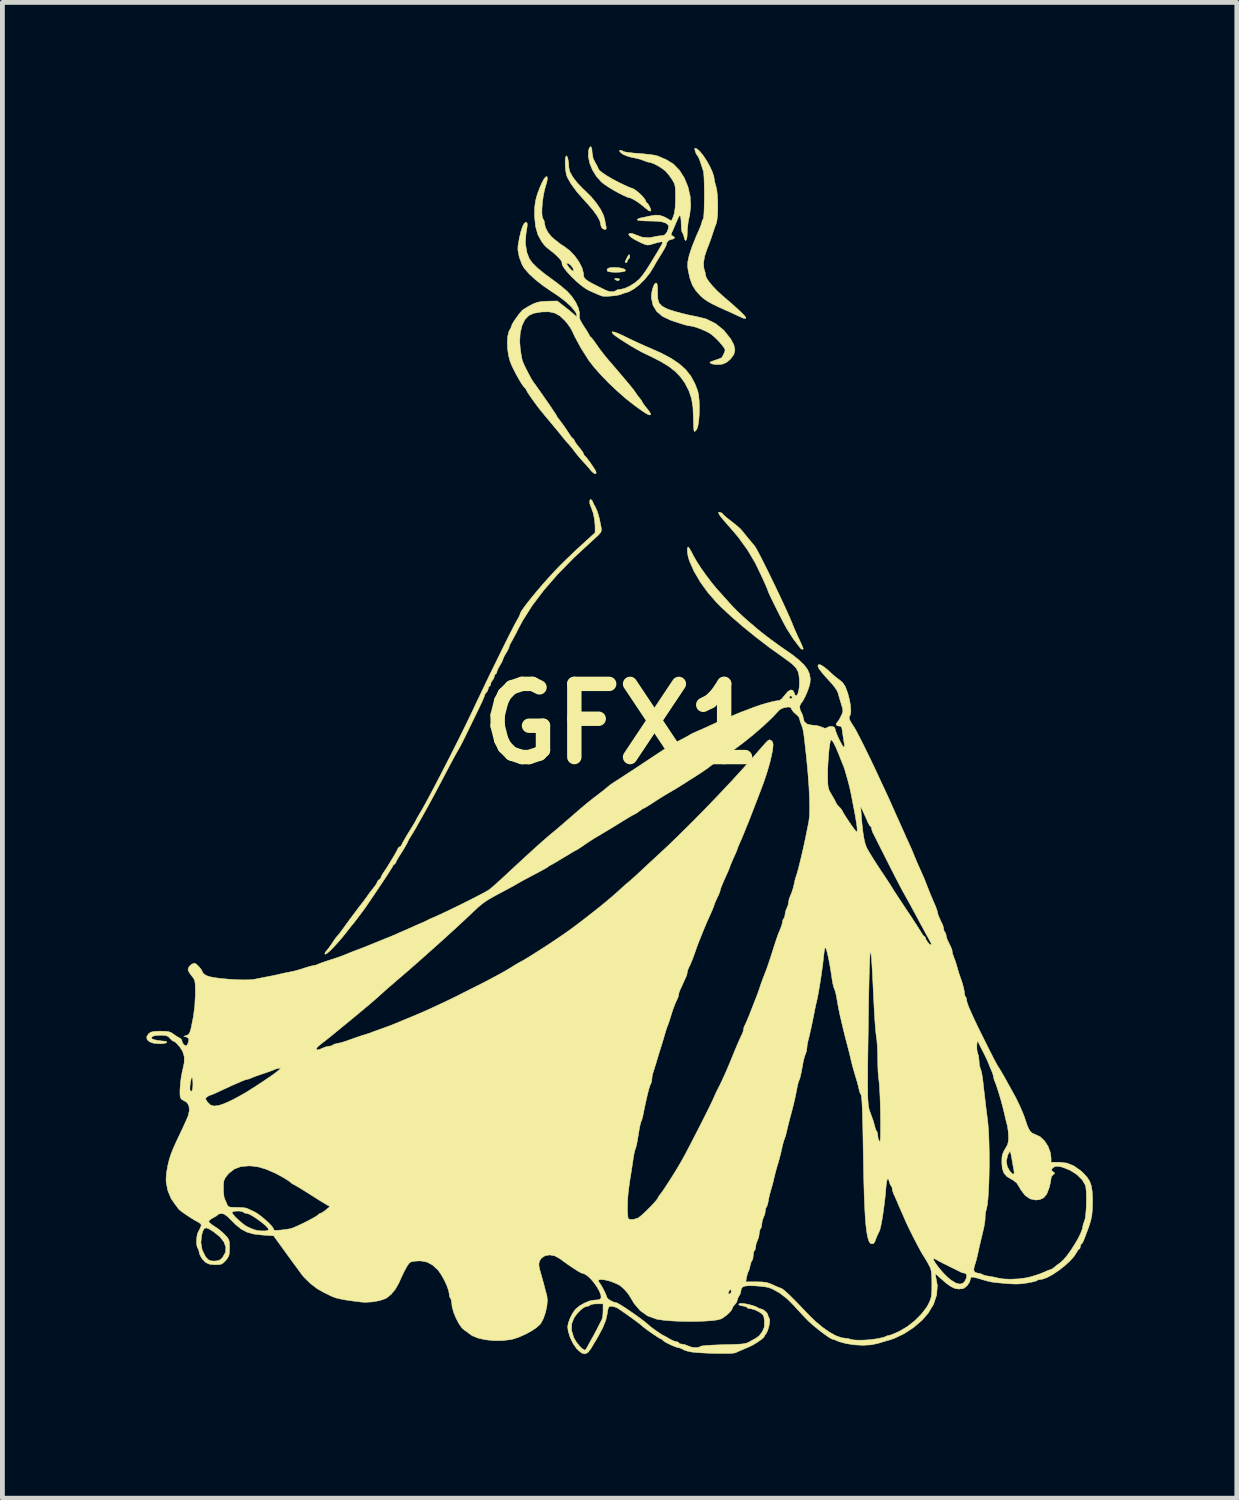
<source format=kicad_pcb>
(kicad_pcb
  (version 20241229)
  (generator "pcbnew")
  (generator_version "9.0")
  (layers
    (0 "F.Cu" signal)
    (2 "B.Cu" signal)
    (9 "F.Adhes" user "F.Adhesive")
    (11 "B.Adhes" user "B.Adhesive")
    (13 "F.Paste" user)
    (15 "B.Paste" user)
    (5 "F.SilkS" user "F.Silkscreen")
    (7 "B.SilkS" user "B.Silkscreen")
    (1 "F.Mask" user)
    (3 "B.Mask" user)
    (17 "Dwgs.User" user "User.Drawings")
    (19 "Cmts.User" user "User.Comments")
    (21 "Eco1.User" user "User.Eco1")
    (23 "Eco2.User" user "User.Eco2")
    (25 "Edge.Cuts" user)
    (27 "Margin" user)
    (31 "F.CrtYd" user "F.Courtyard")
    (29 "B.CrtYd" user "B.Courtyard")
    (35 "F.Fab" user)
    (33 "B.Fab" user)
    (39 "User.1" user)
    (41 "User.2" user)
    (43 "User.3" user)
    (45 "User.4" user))
  (footprint "GFX1"
    (layer "F.Cu")
    (at 9.892 12.029)
    (property "Reference" "GFX1" (at 0 0 0) (layer "F.SilkS") (effects (font (size 1.524 1.524) (thickness 0.3))))
    (attr through_hole)
    (fp_poly (pts (xy -0.047 -9.273) (xy -0.038 -9.255) (xy -0.067 -9.231) (xy -0.113 -9.246) (xy -0.127 -9.255) (xy -0.144 -9.272) (xy -0.117 -9.279) (xy -0.094 -9.28) (xy -0.047 -9.273)) (stroke (width 0.01) (type solid)) (fill yes) (layer "F.SilkS"))
    (fp_poly (pts (xy 0.174 -9.752) (xy 0.17 -9.707) (xy 0.155 -9.692) (xy 0.13 -9.662) (xy 0.127 -9.647) (xy 0.113 -9.614) (xy 0.102 -9.611) (xy 0.077 -9.618) (xy 0.076 -9.62) (xy 0.087 -9.646) (xy 0.112 -9.699) (xy 0.12 -9.715) (xy 0.149 -9.767) (xy 0.165 -9.776) (xy 0.174 -9.752)) (stroke (width 0.01) (type solid)) (fill yes) (layer "F.SilkS"))
    (fp_poly (pts (xy -0.057 -9.504) (xy 0.021 -9.489) (xy 0.072 -9.469) (xy 0.088 -9.446) (xy 0.075 -9.432) (xy 0.029 -9.418) (xy -0.045 -9.41) (xy -0.131 -9.408) (xy -0.212 -9.412) (xy -0.272 -9.422) (xy -0.292 -9.433) (xy -0.298 -9.473) (xy -0.256 -9.499) (xy -0.167 -9.509) (xy -0.153 -9.509) (xy -0.057 -9.504)) (stroke (width 0.01) (type solid)) (fill yes) (layer "F.SilkS"))
    (fp_poly (pts (xy -1.13 -11.82) (xy -1.114 -11.77) (xy -1.101 -11.695) (xy -1.094 -11.609) (xy -1.094 -11.588) (xy -1.073 -11.5) (xy -1.013 -11.393) (xy -0.921 -11.273) (xy -0.8 -11.147) (xy -0.759 -11.109) (xy -0.632 -10.984) (xy -0.521 -10.849) (xy -0.431 -10.715) (xy -0.371 -10.593) (xy -0.348 -10.513) (xy -0.334 -10.432) (xy -0.319 -10.363) (xy -0.316 -10.355) (xy -0.317 -10.309) (xy -0.347 -10.296) (xy -0.393 -10.32) (xy -0.402 -10.328) (xy -0.426 -10.377) (xy -0.432 -10.416) (xy -0.452 -10.489) (xy -0.507 -10.589) (xy -0.596 -10.71) (xy -0.715 -10.847) (xy -0.755 -10.891) (xy -0.921 -11.077) (xy -1.046 -11.246) (xy -1.127 -11.388) (xy -1.147 -11.451) (xy -1.161 -11.538) (xy -1.169 -11.635) (xy -1.17 -11.726) (xy -1.163 -11.797) (xy -1.148 -11.833) (xy -1.147 -11.834) (xy -1.13 -11.82)) (stroke (width 0.01) (type solid)) (fill yes) (layer "F.SilkS"))
    (fp_poly (pts (xy -0.142 -8.162) (xy -0.062 -8.132) (xy 0.048 -8.082) (xy 0.083 -8.064) (xy 0.22 -7.997) (xy 0.377 -7.925) (xy 0.528 -7.857) (xy 0.583 -7.834) (xy 0.835 -7.722) (xy 1.041 -7.612) (xy 1.208 -7.499) (xy 1.342 -7.378) (xy 1.448 -7.243) (xy 1.531 -7.09) (xy 1.59 -6.939) (xy 1.609 -6.848) (xy 1.621 -6.726) (xy 1.625 -6.588) (xy 1.622 -6.447) (xy 1.612 -6.316) (xy 1.595 -6.21) (xy 1.574 -6.146) (xy 1.543 -6.102) (xy 1.519 -6.092) (xy 1.518 -6.093) (xy 1.511 -6.124) (xy 1.505 -6.195) (xy 1.501 -6.294) (xy 1.5 -6.378) (xy 1.491 -6.594) (xy 1.462 -6.775) (xy 1.408 -6.937) (xy 1.327 -7.094) (xy 1.315 -7.114) (xy 1.228 -7.233) (xy 1.124 -7.341) (xy 0.995 -7.443) (xy 0.833 -7.542) (xy 0.633 -7.646) (xy 0.509 -7.704) (xy 0.422 -7.747) (xy 0.314 -7.807) (xy 0.194 -7.877) (xy 0.075 -7.951) (xy -0.033 -8.02) (xy -0.117 -8.078) (xy -0.161 -8.113) (xy -0.194 -8.152) (xy -0.187 -8.169) (xy -0.142 -8.162)) (stroke (width 0.01) (type solid)) (fill yes) (layer "F.SilkS"))
    (fp_poly (pts (xy -0.627 -12.016) (xy -0.613 -11.967) (xy -0.61 -11.911) (xy -0.588 -11.779) (xy -0.547 -11.696) (xy -0.509 -11.63) (xy -0.486 -11.581) (xy -0.483 -11.569) (xy -0.461 -11.535) (xy -0.4 -11.484) (xy -0.308 -11.421) (xy -0.191 -11.352) (xy -0.056 -11.281) (xy -0.041 -11.273) (xy 0.057 -11.226) (xy 0.139 -11.189) (xy 0.194 -11.166) (xy 0.209 -11.162) (xy 0.255 -11.144) (xy 0.32 -11.099) (xy 0.391 -11.039) (xy 0.454 -10.975) (xy 0.496 -10.918) (xy 0.508 -10.888) (xy 0.522 -10.859) (xy 0.529 -10.857) (xy 0.552 -10.836) (xy 0.584 -10.784) (xy 0.592 -10.768) (xy 0.615 -10.704) (xy 0.606 -10.679) (xy 0.567 -10.693) (xy 0.502 -10.745) (xy 0.495 -10.751) (xy 0.427 -10.808) (xy 0.348 -10.866) (xy 0.269 -10.916) (xy 0.206 -10.95) (xy 0.177 -10.958) (xy 0.127 -10.971) (xy 0.047 -11.007) (xy -0.053 -11.057) (xy -0.16 -11.117) (xy -0.264 -11.18) (xy -0.353 -11.24) (xy -0.412 -11.285) (xy -0.517 -11.402) (xy -0.601 -11.537) (xy -0.659 -11.68) (xy -0.688 -11.82) (xy -0.683 -11.944) (xy -0.671 -11.986) (xy -0.647 -12.024) (xy -0.627 -12.016)) (stroke (width 0.01) (type solid)) (fill yes) (layer "F.SilkS"))
    (fp_poly (pts (xy 0.739 -9.175) (xy 0.749 -9.131) (xy 0.755 -9.054) (xy 0.755 -8.97) (xy 0.76 -8.851) (xy 0.786 -8.767) (xy 0.841 -8.706) (xy 0.927 -8.657) (xy 1.003 -8.627) (xy 1.114 -8.592) (xy 1.243 -8.557) (xy 1.375 -8.524) (xy 1.493 -8.5) (xy 1.538 -8.492) (xy 1.766 -8.436) (xy 1.963 -8.339) (xy 2.134 -8.2) (xy 2.279 -8.017) (xy 2.344 -7.894) (xy 2.365 -7.79) (xy 2.343 -7.696) (xy 2.276 -7.605) (xy 2.268 -7.596) (xy 2.192 -7.531) (xy 2.116 -7.498) (xy 2.059 -7.488) (xy 1.974 -7.486) (xy 1.899 -7.497) (xy 1.881 -7.503) (xy 1.848 -7.52) (xy 1.846 -7.534) (xy 1.879 -7.551) (xy 1.952 -7.576) (xy 2.027 -7.602) (xy 2.078 -7.623) (xy 2.092 -7.631) (xy 2.107 -7.658) (xy 2.129 -7.697) (xy 2.154 -7.755) (xy 2.161 -7.79) (xy 2.143 -7.831) (xy 2.097 -7.893) (xy 2.033 -7.967) (xy 1.959 -8.041) (xy 1.888 -8.104) (xy 1.842 -8.137) (xy 1.76 -8.181) (xy 1.66 -8.224) (xy 1.56 -8.261) (xy 1.477 -8.284) (xy 1.44 -8.289) (xy 1.393 -8.295) (xy 1.314 -8.316) (xy 1.197 -8.352) (xy 1.039 -8.405) (xy 1.021 -8.412) (xy 0.858 -8.489) (xy 0.737 -8.591) (xy 0.66 -8.718) (xy 0.627 -8.866) (xy 0.626 -8.913) (xy 0.635 -8.998) (xy 0.655 -9.078) (xy 0.68 -9.143) (xy 0.708 -9.181) (xy 0.732 -9.183) (xy 0.739 -9.175)) (stroke (width 0.01) (type solid)) (fill yes) (layer "F.SilkS"))
    (fp_poly (pts (xy 2.06 -4.406) (xy 2.101 -4.388) (xy 2.11 -4.375) (xy 2.129 -4.353) (xy 2.179 -4.308) (xy 2.252 -4.25) (xy 2.282 -4.227) (xy 2.366 -4.161) (xy 2.438 -4.101) (xy 2.485 -4.058) (xy 2.492 -4.05) (xy 2.527 -4.008) (xy 2.582 -3.94) (xy 2.644 -3.865) (xy 2.703 -3.794) (xy 2.748 -3.739) (xy 2.771 -3.713) (xy 2.771 -3.712) (xy 2.797 -3.675) (xy 2.84 -3.598) (xy 2.898 -3.488) (xy 2.967 -3.351) (xy 3.045 -3.195) (xy 3.128 -3.025) (xy 3.213 -2.849) (xy 3.297 -2.672) (xy 3.377 -2.502) (xy 3.449 -2.345) (xy 3.51 -2.208) (xy 3.557 -2.097) (xy 3.572 -2.059) (xy 3.605 -1.978) (xy 3.652 -1.873) (xy 3.701 -1.767) (xy 3.702 -1.765) (xy 3.743 -1.678) (xy 3.773 -1.609) (xy 3.788 -1.571) (xy 3.788 -1.568) (xy 3.773 -1.552) (xy 3.74 -1.568) (xy 3.725 -1.584) (xy 3.582 -1.772) (xy 3.447 -1.983) (xy 3.408 -2.054) (xy 3.357 -2.15) (xy 3.299 -2.263) (xy 3.238 -2.384) (xy 3.179 -2.503) (xy 3.126 -2.611) (xy 3.084 -2.699) (xy 3.058 -2.759) (xy 3.051 -2.78) (xy 3.041 -2.809) (xy 3.013 -2.874) (xy 2.974 -2.963) (xy 2.927 -3.066) (xy 2.877 -3.171) (xy 2.83 -3.269) (xy 2.791 -3.349) (xy 2.783 -3.364) (xy 2.625 -3.629) (xy 2.434 -3.893) (xy 2.274 -4.081) (xy 2.191 -4.174) (xy 2.119 -4.259) (xy 2.065 -4.325) (xy 2.041 -4.361) (xy 2.022 -4.402) (xy 2.036 -4.411) (xy 2.06 -4.406)) (stroke (width 0.01) (type solid)) (fill yes) (layer "F.SilkS"))
    (fp_poly (pts (xy 1.574 -11.977) (xy 1.633 -11.927) (xy 1.702 -11.843) (xy 1.773 -11.736) (xy 1.839 -11.619) (xy 1.892 -11.506) (xy 1.925 -11.409) (xy 1.933 -11.359) (xy 1.942 -11.298) (xy 1.963 -11.22) (xy 1.97 -11.2) (xy 1.988 -11.12) (xy 2 -11.006) (xy 2.007 -10.872) (xy 2.008 -10.733) (xy 2.003 -10.601) (xy 1.991 -10.492) (xy 1.974 -10.42) (xy 1.974 -10.419) (xy 1.942 -10.337) (xy 1.912 -10.245) (xy 1.908 -10.234) (xy 1.869 -10.114) (xy 1.814 -9.965) (xy 1.779 -9.878) (xy 1.735 -9.744) (xy 1.713 -9.617) (xy 1.715 -9.512) (xy 1.724 -9.475) (xy 1.745 -9.403) (xy 1.754 -9.344) (xy 1.754 -9.342) (xy 1.773 -9.289) (xy 1.824 -9.212) (xy 1.901 -9.119) (xy 1.997 -9.019) (xy 2.105 -8.92) (xy 2.134 -8.895) (xy 2.251 -8.795) (xy 2.361 -8.698) (xy 2.457 -8.61) (xy 2.531 -8.538) (xy 2.579 -8.486) (xy 2.593 -8.463) (xy 2.585 -8.445) (xy 2.553 -8.447) (xy 2.49 -8.473) (xy 2.454 -8.49) (xy 2.373 -8.527) (xy 2.273 -8.574) (xy 2.199 -8.606) (xy 2.04 -8.678) (xy 1.919 -8.736) (xy 1.827 -8.785) (xy 1.756 -8.83) (xy 1.695 -8.876) (xy 1.644 -8.922) (xy 1.549 -9.028) (xy 1.478 -9.144) (xy 1.427 -9.283) (xy 1.39 -9.456) (xy 1.381 -9.519) (xy 1.383 -9.624) (xy 1.414 -9.766) (xy 1.474 -9.946) (xy 1.563 -10.166) (xy 1.618 -10.289) (xy 1.651 -10.369) (xy 1.673 -10.433) (xy 1.678 -10.459) (xy 1.693 -10.503) (xy 1.704 -10.513) (xy 1.712 -10.543) (xy 1.719 -10.614) (xy 1.724 -10.716) (xy 1.727 -10.841) (xy 1.729 -10.978) (xy 1.728 -11.118) (xy 1.726 -11.251) (xy 1.722 -11.369) (xy 1.716 -11.46) (xy 1.708 -11.516) (xy 1.706 -11.523) (xy 1.685 -11.584) (xy 1.658 -11.666) (xy 1.65 -11.693) (xy 1.623 -11.768) (xy 1.595 -11.824) (xy 1.585 -11.836) (xy 1.555 -11.884) (xy 1.536 -11.937) (xy 1.527 -11.984) (xy 1.541 -11.992) (xy 1.574 -11.977)) (stroke (width 0.01) (type solid)) (fill yes) (layer "F.SilkS"))
    (fp_poly (pts (xy -1.969 -10.443) (xy -1.96 -10.415) (xy -1.963 -10.359) (xy -1.977 -10.266) (xy -1.987 -10.206) (xy -1.999 -10.012) (xy -1.968 -9.821) (xy -1.917 -9.69) (xy -1.855 -9.603) (xy -1.747 -9.496) (xy -1.595 -9.372) (xy -1.453 -9.268) (xy -1.345 -9.189) (xy -1.236 -9.103) (xy -1.146 -9.026) (xy -1.118 -9) (xy -1.025 -8.895) (xy -0.949 -8.779) (xy -0.896 -8.666) (xy -0.872 -8.566) (xy -0.873 -8.518) (xy -0.875 -8.47) (xy -0.859 -8.415) (xy -0.819 -8.342) (xy -0.775 -8.273) (xy -0.722 -8.192) (xy -0.682 -8.125) (xy -0.662 -8.086) (xy -0.661 -8.082) (xy -0.645 -8.06) (xy -0.642 -8.06) (xy -0.62 -8.04) (xy -0.578 -7.988) (xy -0.526 -7.914) (xy -0.516 -7.901) (xy -0.447 -7.803) (xy -0.36 -7.69) (xy -0.272 -7.583) (xy -0.255 -7.564) (xy -0.094 -7.377) (xy 0.035 -7.225) (xy 0.136 -7.105) (xy 0.212 -7.013) (xy 0.264 -6.946) (xy 0.294 -6.903) (xy 0.341 -6.835) (xy 0.387 -6.778) (xy 0.388 -6.777) (xy 0.421 -6.734) (xy 0.432 -6.71) (xy 0.447 -6.682) (xy 0.486 -6.629) (xy 0.521 -6.585) (xy 0.571 -6.522) (xy 0.603 -6.473) (xy 0.61 -6.456) (xy 0.601 -6.436) (xy 0.572 -6.439) (xy 0.518 -6.466) (xy 0.435 -6.52) (xy 0.32 -6.602) (xy 0.254 -6.651) (xy 0.083 -6.786) (xy -0.094 -6.942) (xy -0.268 -7.107) (xy -0.429 -7.274) (xy -0.569 -7.432) (xy -0.677 -7.572) (xy -0.69 -7.591) (xy -0.85 -7.844) (xy -0.974 -8.076) (xy -1.027 -8.19) (xy -1.067 -8.26) (xy -1.127 -8.344) (xy -1.179 -8.406) (xy -1.279 -8.499) (xy -1.385 -8.558) (xy -1.508 -8.585) (xy -1.657 -8.582) (xy -1.825 -8.554) (xy -1.927 -8.508) (xy -2.01 -8.421) (xy -2.07 -8.297) (xy -2.107 -8.143) (xy -2.117 -7.966) (xy -2.106 -7.818) (xy -2.091 -7.716) (xy -2.076 -7.628) (xy -2.063 -7.57) (xy -2.061 -7.564) (xy -2.03 -7.49) (xy -1.984 -7.395) (xy -1.932 -7.293) (xy -1.882 -7.2) (xy -1.841 -7.133) (xy -1.832 -7.119) (xy -1.788 -7.06) (xy -1.729 -6.977) (xy -1.659 -6.878) (xy -1.585 -6.771) (xy -1.512 -6.666) (xy -1.446 -6.569) (xy -1.393 -6.49) (xy -1.358 -6.437) (xy -1.348 -6.418) (xy -1.334 -6.389) (xy -1.322 -6.374) (xy -1.265 -6.3) (xy -1.197 -6.207) (xy -1.133 -6.114) (xy -1.084 -6.039) (xy -1.08 -6.032) (xy -1.044 -5.979) (xy -1.017 -5.951) (xy -1.013 -5.95) (xy -0.991 -5.929) (xy -0.981 -5.905) (xy -0.957 -5.861) (xy -0.91 -5.798) (xy -0.878 -5.759) (xy -0.828 -5.696) (xy -0.795 -5.646) (xy -0.789 -5.627) (xy -0.773 -5.593) (xy -0.767 -5.589) (xy -0.741 -5.565) (xy -0.698 -5.51) (xy -0.645 -5.438) (xy -0.593 -5.362) (xy -0.55 -5.295) (xy -0.536 -5.269) (xy -0.523 -5.225) (xy -0.54 -5.21) (xy -0.577 -5.225) (xy -0.624 -5.268) (xy -0.636 -5.282) (xy -0.684 -5.34) (xy -0.75 -5.415) (xy -0.798 -5.466) (xy -0.872 -5.549) (xy -0.944 -5.637) (xy -0.979 -5.683) (xy -1.032 -5.752) (xy -1.08 -5.81) (xy -1.095 -5.826) (xy -1.133 -5.868) (xy -1.189 -5.934) (xy -1.236 -5.992) (xy -1.3 -6.071) (xy -1.382 -6.17) (xy -1.466 -6.271) (xy -1.484 -6.293) (xy -1.573 -6.399) (xy -1.638 -6.478) (xy -1.688 -6.539) (xy -1.73 -6.593) (xy -1.774 -6.652) (xy -1.828 -6.726) (xy -1.85 -6.756) (xy -1.909 -6.841) (xy -1.955 -6.911) (xy -1.98 -6.955) (xy -1.983 -6.964) (xy -2.002 -6.995) (xy -2.006 -6.996) (xy -2.034 -7.025) (xy -2.079 -7.088) (xy -2.132 -7.177) (xy -2.189 -7.279) (xy -2.244 -7.385) (xy -2.29 -7.483) (xy -2.317 -7.551) (xy -2.35 -7.676) (xy -2.37 -7.815) (xy -2.376 -7.953) (xy -2.367 -8.076) (xy -2.344 -8.17) (xy -2.33 -8.198) (xy -2.3 -8.253) (xy -2.288 -8.29) (xy -2.273 -8.328) (xy -2.235 -8.392) (xy -2.183 -8.467) (xy -2.127 -8.542) (xy -2.076 -8.602) (xy -2.041 -8.634) (xy -1.919 -8.707) (xy -1.825 -8.755) (xy -1.743 -8.784) (xy -1.66 -8.799) (xy -1.56 -8.805) (xy -1.54 -8.806) (xy -1.335 -8.81) (xy -1.157 -8.671) (xy -1.075 -8.605) (xy -1.009 -8.55) (xy -0.968 -8.514) (xy -0.961 -8.506) (xy -0.937 -8.485) (xy -0.928 -8.499) (xy -0.934 -8.536) (xy -0.954 -8.579) (xy -1.037 -8.684) (xy -1.151 -8.791) (xy -1.302 -8.907) (xy -1.454 -9.008) (xy -1.629 -9.128) (xy -1.785 -9.25) (xy -1.915 -9.369) (xy -2.012 -9.478) (xy -2.064 -9.56) (xy -2.127 -9.725) (xy -2.155 -9.872) (xy -2.153 -9.957) (xy -2.125 -10.119) (xy -2.093 -10.255) (xy -2.058 -10.36) (xy -2.023 -10.427) (xy -1.99 -10.45) (xy -1.969 -10.443)) (stroke (width 0.01) (type solid)) (fill yes) (layer "F.SilkS"))
    (fp_poly (pts (xy -0.613 -4.658) (xy -0.601 -4.634) (xy -0.577 -4.581) (xy -0.541 -4.516) (xy -0.54 -4.513) (xy -0.497 -4.417) (xy -0.458 -4.278) (xy -0.423 -4.103) (xy -0.42 -4.089) (xy -0.415 -4.046) (xy -0.421 -4.01) (xy -0.443 -3.973) (xy -0.489 -3.924) (xy -0.564 -3.855) (xy -0.601 -3.822) (xy -0.988 -3.465) (xy -1.325 -3.12) (xy -1.615 -2.787) (xy -1.858 -2.466) (xy -2.054 -2.156) (xy -2.133 -2.009) (xy -2.186 -1.904) (xy -2.237 -1.808) (xy -2.276 -1.736) (xy -2.288 -1.716) (xy -2.321 -1.656) (xy -2.337 -1.611) (xy -2.337 -1.608) (xy -2.351 -1.568) (xy -2.384 -1.505) (xy -2.403 -1.475) (xy -2.441 -1.409) (xy -2.463 -1.36) (xy -2.466 -1.348) (xy -2.479 -1.312) (xy -2.511 -1.251) (xy -2.53 -1.22) (xy -2.568 -1.152) (xy -2.591 -1.096) (xy -2.593 -1.081) (xy -2.607 -1.047) (xy -2.619 -1.042) (xy -2.64 -1.021) (xy -2.644 -0.995) (xy -2.663 -0.939) (xy -2.682 -0.915) (xy -2.715 -0.865) (xy -2.721 -0.836) (xy -2.732 -0.796) (xy -2.746 -0.788) (xy -2.767 -0.767) (xy -2.771 -0.74) (xy -2.79 -0.684) (xy -2.81 -0.661) (xy -2.841 -0.621) (xy -2.847 -0.601) (xy -2.858 -0.567) (xy -2.886 -0.499) (xy -2.928 -0.408) (xy -2.959 -0.343) (xy -3.018 -0.221) (xy -3.089 -0.075) (xy -3.162 0.074) (xy -3.206 0.165) (xy -3.264 0.284) (xy -3.319 0.394) (xy -3.366 0.483) (xy -3.395 0.534) (xy -3.428 0.591) (xy -3.478 0.681) (xy -3.538 0.792) (xy -3.601 0.911) (xy -3.603 0.915) (xy -3.768 1.229) (xy -3.912 1.5) (xy -4.038 1.732) (xy -4.147 1.928) (xy -4.157 1.945) (xy -4.207 2.033) (xy -4.254 2.116) (xy -4.274 2.153) (xy -4.317 2.227) (xy -4.369 2.312) (xy -4.385 2.337) (xy -4.423 2.4) (xy -4.446 2.444) (xy -4.449 2.454) (xy -4.462 2.482) (xy -4.495 2.54) (xy -4.541 2.618) (xy -4.594 2.703) (xy -4.647 2.785) (xy -4.647 2.786) (xy -4.681 2.846) (xy -4.695 2.879) (xy -4.718 2.917) (xy -4.732 2.924) (xy -4.754 2.943) (xy -4.755 2.947) (xy -4.768 2.974) (xy -4.807 3.038) (xy -4.868 3.133) (xy -4.947 3.254) (xy -5.041 3.394) (xy -5.145 3.55) (xy -5.257 3.714) (xy -5.314 3.798) (xy -5.349 3.847) (xy -5.401 3.918) (xy -5.46 3.996) (xy -5.517 4.072) (xy -5.564 4.133) (xy -5.591 4.167) (xy -5.594 4.17) (xy -5.616 4.196) (xy -5.658 4.249) (xy -5.695 4.297) (xy -5.794 4.422) (xy -5.891 4.536) (xy -5.982 4.636) (xy -6.06 4.716) (xy -6.123 4.771) (xy -6.164 4.796) (xy -6.178 4.786) (xy -6.163 4.753) (xy -6.131 4.713) (xy -6.089 4.661) (xy -6.037 4.587) (xy -6.012 4.549) (xy -5.969 4.483) (xy -5.933 4.436) (xy -5.921 4.423) (xy -5.898 4.398) (xy -5.853 4.34) (xy -5.794 4.261) (xy -5.753 4.204) (xy -5.666 4.084) (xy -5.566 3.95) (xy -5.473 3.826) (xy -5.454 3.802) (xy -5.385 3.712) (xy -5.327 3.635) (xy -5.287 3.58) (xy -5.276 3.563) (xy -5.245 3.52) (xy -5.196 3.457) (xy -5.168 3.422) (xy -5.12 3.359) (xy -5.09 3.308) (xy -5.085 3.291) (xy -5.065 3.256) (xy -5.047 3.245) (xy -5.013 3.217) (xy -5.009 3.202) (xy -4.995 3.164) (xy -4.961 3.107) (xy -4.952 3.093) (xy -4.909 3.03) (xy -4.855 2.945) (xy -4.798 2.851) (xy -4.742 2.758) (xy -4.695 2.677) (xy -4.663 2.618) (xy -4.653 2.592) (xy -4.633 2.568) (xy -4.615 2.559) (xy -4.581 2.533) (xy -4.577 2.519) (xy -4.564 2.489) (xy -4.529 2.426) (xy -4.478 2.339) (xy -4.424 2.25) (xy -4.363 2.152) (xy -4.314 2.07) (xy -4.282 2.015) (xy -4.271 1.994) (xy -4.259 1.967) (xy -4.228 1.914) (xy -4.212 1.887) (xy -4.16 1.799) (xy -4.088 1.671) (xy -4.001 1.51) (xy -3.901 1.322) (xy -3.793 1.114) (xy -3.678 0.892) (xy -3.561 0.662) (xy -3.444 0.43) (xy -3.331 0.204) (xy -3.225 -0.012) (xy -3.13 -0.209) (xy -3.102 -0.267) (xy -3.007 -0.47) (xy -2.927 -0.637) (xy -2.859 -0.779) (xy -2.798 -0.908) (xy -2.737 -1.034) (xy -2.672 -1.167) (xy -2.598 -1.318) (xy -2.51 -1.498) (xy -2.503 -1.513) (xy -2.423 -1.674) (xy -2.348 -1.825) (xy -2.28 -1.958) (xy -2.225 -2.066) (xy -2.185 -2.14) (xy -2.169 -2.167) (xy -2.133 -2.231) (xy -2.112 -2.278) (xy -2.11 -2.288) (xy -2.094 -2.329) (xy -2.047 -2.401) (xy -1.976 -2.498) (xy -1.884 -2.614) (xy -1.777 -2.744) (xy -1.66 -2.882) (xy -1.537 -3.021) (xy -1.413 -3.157) (xy -1.294 -3.282) (xy -1.233 -3.343) (xy -1.141 -3.433) (xy -1.027 -3.542) (xy -0.905 -3.657) (xy -0.8 -3.753) (xy -0.547 -3.984) (xy -0.547 -4.122) (xy -0.558 -4.255) (xy -0.587 -4.395) (xy -0.629 -4.514) (xy -0.638 -4.532) (xy -0.657 -4.588) (xy -0.66 -4.643) (xy -0.647 -4.676) (xy -0.639 -4.678) (xy -0.613 -4.658)) (stroke (width 0.01) (type solid)) (fill yes) (layer "F.SilkS"))
    (fp_poly (pts (xy 0.027 -11.936) (xy 0.039 -11.927) (xy 0.074 -11.915) (xy 0.147 -11.903) (xy 0.243 -11.892) (xy 0.28 -11.889) (xy 0.46 -11.875) (xy 0.596 -11.86) (xy 0.694 -11.846) (xy 0.758 -11.829) (xy 0.775 -11.823) (xy 0.829 -11.799) (xy 0.906 -11.766) (xy 0.943 -11.749) (xy 1.087 -11.66) (xy 1.211 -11.531) (xy 1.312 -11.371) (xy 1.387 -11.188) (xy 1.433 -10.991) (xy 1.445 -10.789) (xy 1.421 -10.59) (xy 1.411 -10.552) (xy 1.391 -10.447) (xy 1.377 -10.324) (xy 1.373 -10.24) (xy 1.368 -10.145) (xy 1.356 -10.086) (xy 1.339 -10.067) (xy 1.32 -10.092) (xy 1.305 -10.145) (xy 1.288 -10.204) (xy 1.268 -10.236) (xy 1.257 -10.266) (xy 1.249 -10.333) (xy 1.246 -10.412) (xy 1.243 -10.497) (xy 1.235 -10.561) (xy 1.226 -10.586) (xy 1.214 -10.587) (xy 1.2 -10.572) (xy 1.179 -10.531) (xy 1.147 -10.459) (xy 1.1 -10.348) (xy 1.07 -10.278) (xy 1.044 -10.222) (xy 1.042 -10.217) (xy 1.037 -10.181) (xy 1.072 -10.162) (xy 1.106 -10.139) (xy 1.099 -10.112) (xy 1.059 -10.095) (xy 1.046 -10.094) (xy 0.986 -10.074) (xy 0.946 -10.026) (xy 0.941 -9.999) (xy 0.933 -9.97) (xy 0.908 -9.918) (xy 0.862 -9.839) (xy 0.793 -9.726) (xy 0.744 -9.647) (xy 0.71 -9.589) (xy 0.673 -9.522) (xy 0.591 -9.391) (xy 0.489 -9.264) (xy 0.375 -9.15) (xy 0.259 -9.06) (xy 0.152 -9.001) (xy 0.105 -8.986) (xy 0.037 -8.967) (xy -0.005 -8.949) (xy -0.056 -8.934) (xy -0.138 -8.921) (xy -0.234 -8.911) (xy -0.324 -8.907) (xy -0.39 -8.91) (xy -0.407 -8.914) (xy -0.471 -8.939) (xy -0.556 -8.976) (xy -0.674 -9.028) (xy -0.755 -9.075) (xy -0.847 -9.143) (xy -0.944 -9.226) (xy -1.038 -9.316) (xy -1.121 -9.406) (xy -1.187 -9.488) (xy -1.229 -9.556) (xy -1.234 -9.58) (xy -1.139 -9.58) (xy -1.107 -9.529) (xy -1.087 -9.503) (xy -1.037 -9.451) (xy -1.003 -9.432) (xy -0.992 -9.447) (xy -1.009 -9.497) (xy -1.051 -9.552) (xy -1.094 -9.586) (xy -1.135 -9.6) (xy -1.139 -9.58) (xy -1.234 -9.58) (xy -1.238 -9.601) (xy -1.236 -9.606) (xy -1.244 -9.637) (xy -1.285 -9.69) (xy -1.35 -9.757) (xy -1.431 -9.827) (xy -1.447 -9.84) (xy -1.522 -9.898) (xy -1.57 -9.939) (xy -1.606 -9.977) (xy -1.643 -10.025) (xy -1.657 -10.043) (xy -1.737 -10.187) (xy -1.787 -10.362) (xy -1.808 -10.572) (xy -1.809 -10.629) (xy -1.804 -10.775) (xy -1.786 -10.905) (xy -1.751 -11.033) (xy -1.695 -11.179) (xy -1.655 -11.269) (xy -1.607 -11.359) (xy -1.569 -11.4) (xy -1.546 -11.396) (xy -1.541 -11.347) (xy -1.561 -11.258) (xy -1.572 -11.225) (xy -1.602 -11.116) (xy -1.627 -10.992) (xy -1.644 -10.863) (xy -1.654 -10.74) (xy -1.655 -10.633) (xy -1.647 -10.555) (xy -1.628 -10.514) (xy -1.627 -10.513) (xy -1.608 -10.478) (xy -1.602 -10.435) (xy -1.582 -10.341) (xy -1.529 -10.239) (xy -1.454 -10.145) (xy -1.405 -10.102) (xy -1.346 -10.057) (xy -1.305 -10.024) (xy -1.297 -10.016) (xy -1.269 -9.995) (xy -1.214 -9.96) (xy -1.192 -9.946) (xy -1.078 -9.86) (xy -0.973 -9.75) (xy -0.884 -9.626) (xy -0.82 -9.502) (xy -0.79 -9.39) (xy -0.788 -9.363) (xy -0.785 -9.326) (xy -0.772 -9.293) (xy -0.742 -9.26) (xy -0.692 -9.223) (xy -0.613 -9.178) (xy -0.502 -9.121) (xy -0.352 -9.047) (xy -0.299 -9.022) (xy -0.235 -9.004) (xy -0.168 -9.003) (xy -0.121 -9.019) (xy -0.114 -9.026) (xy -0.08 -9.045) (xy -0.026 -9.051) (xy 0.061 -9.069) (xy 0.167 -9.116) (xy 0.275 -9.182) (xy 0.369 -9.26) (xy 0.398 -9.291) (xy 0.456 -9.365) (xy 0.525 -9.464) (xy 0.59 -9.565) (xy 0.595 -9.573) (xy 0.693 -9.735) (xy 0.767 -9.857) (xy 0.818 -9.945) (xy 0.849 -10) (xy 0.863 -10.028) (xy 0.864 -10.032) (xy 0.842 -10.043) (xy 0.777 -10.033) (xy 0.674 -10.004) (xy 0.668 -10.002) (xy 0.598 -9.981) (xy 0.547 -9.975) (xy 0.495 -9.986) (xy 0.424 -10.016) (xy 0.392 -10.031) (xy 0.267 -10.095) (xy 0.187 -10.149) (xy 0.153 -10.193) (xy 0.153 -10.2) (xy 0.173 -10.218) (xy 0.221 -10.217) (xy 0.274 -10.198) (xy 0.425 -10.141) (xy 0.572 -10.127) (xy 0.651 -10.14) (xy 0.738 -10.159) (xy 0.819 -10.169) (xy 0.838 -10.17) (xy 0.897 -10.182) (xy 0.939 -10.228) (xy 0.952 -10.25) (xy 0.984 -10.329) (xy 0.984 -10.38) (xy 0.948 -10.418) (xy 0.917 -10.436) (xy 0.85 -10.458) (xy 0.748 -10.471) (xy 0.603 -10.475) (xy 0.586 -10.475) (xy 0.471 -10.478) (xy 0.385 -10.484) (xy 0.337 -10.494) (xy 0.331 -10.5) (xy 0.352 -10.523) (xy 0.4 -10.539) (xy 0.471 -10.553) (xy 0.558 -10.573) (xy 0.579 -10.577) (xy 0.701 -10.598) (xy 0.798 -10.595) (xy 0.888 -10.564) (xy 0.935 -10.54) (xy 1.043 -10.478) (xy 1.084 -10.572) (xy 1.106 -10.647) (xy 1.12 -10.754) (xy 1.127 -10.901) (xy 1.127 -10.946) (xy 1.127 -11.07) (xy 1.124 -11.157) (xy 1.115 -11.219) (xy 1.098 -11.268) (xy 1.07 -11.319) (xy 1.057 -11.34) (xy 1.001 -11.42) (xy 0.941 -11.493) (xy 0.917 -11.518) (xy 0.849 -11.57) (xy 0.766 -11.623) (xy 0.682 -11.667) (xy 0.614 -11.692) (xy 0.593 -11.696) (xy 0.544 -11.706) (xy 0.478 -11.73) (xy 0.474 -11.732) (xy 0.393 -11.762) (xy 0.318 -11.78) (xy 0.155 -11.816) (xy 0.042 -11.86) (xy -0.009 -11.897) (xy -0.041 -11.935) (xy -0.035 -11.949) (xy -0.023 -11.95) (xy 0.027 -11.936)) (stroke (width 0.01) (type solid)) (fill yes) (layer "F.SilkS"))
    (fp_poly (pts (xy 1.412 -3.664) (xy 1.446 -3.607) (xy 1.489 -3.527) (xy 1.5 -3.505) (xy 1.566 -3.388) (xy 1.657 -3.247) (xy 1.765 -3.095) (xy 1.88 -2.944) (xy 1.992 -2.808) (xy 2.048 -2.746) (xy 2.124 -2.662) (xy 2.202 -2.575) (xy 2.24 -2.531) (xy 2.323 -2.441) (xy 2.43 -2.334) (xy 2.546 -2.225) (xy 2.658 -2.126) (xy 2.695 -2.095) (xy 2.752 -2.048) (xy 2.79 -2.015) (xy 2.797 -2.009) (xy 2.839 -1.971) (xy 2.913 -1.912) (xy 3.008 -1.838) (xy 3.114 -1.758) (xy 3.221 -1.68) (xy 3.318 -1.61) (xy 3.369 -1.575) (xy 3.556 -1.445) (xy 3.701 -1.33) (xy 3.807 -1.228) (xy 3.879 -1.132) (xy 3.92 -1.037) (xy 3.935 -0.94) (xy 3.93 -0.858) (xy 3.909 -0.774) (xy 3.872 -0.67) (xy 3.825 -0.564) (xy 3.776 -0.474) (xy 3.736 -0.421) (xy 3.714 -0.367) (xy 3.722 -0.296) (xy 3.749 -0.24) (xy 3.779 -0.175) (xy 3.788 -0.125) (xy 3.81 -0.046) (xy 3.874 0.005) (xy 3.973 0.025) (xy 3.989 0.025) (xy 4.079 0.035) (xy 4.162 0.06) (xy 4.174 0.066) (xy 4.238 0.09) (xy 4.277 0.081) (xy 4.279 0.078) (xy 4.326 0.055) (xy 4.384 0.051) (xy 4.431 0.065) (xy 4.449 0.093) (xy 4.46 0.139) (xy 4.486 0.21) (xy 4.522 0.293) (xy 4.562 0.374) (xy 4.599 0.44) (xy 4.626 0.479) (xy 4.634 0.483) (xy 4.647 0.461) (xy 4.642 0.405) (xy 4.641 0.4) (xy 4.628 0.326) (xy 4.614 0.23) (xy 4.607 0.178) (xy 4.595 0.098) (xy 4.58 0.057) (xy 4.555 0.044) (xy 4.532 0.044) (xy 4.487 0.033) (xy 4.473 -0.001) (xy 4.497 -0.036) (xy 4.498 -0.037) (xy 4.522 -0.067) (xy 4.557 -0.126) (xy 4.574 -0.161) (xy 4.603 -0.222) (xy 4.614 -0.268) (xy 4.609 -0.318) (xy 4.588 -0.391) (xy 4.579 -0.421) (xy 4.55 -0.515) (xy 4.525 -0.601) (xy 4.514 -0.645) (xy 4.489 -0.699) (xy 4.438 -0.774) (xy 4.372 -0.853) (xy 4.364 -0.861) (xy 4.248 -0.989) (xy 4.166 -1.085) (xy 4.116 -1.154) (xy 4.095 -1.201) (xy 4.093 -1.211) (xy 4.11 -1.238) (xy 4.154 -1.229) (xy 4.224 -1.186) (xy 4.313 -1.112) (xy 4.34 -1.086) (xy 4.419 -1.015) (xy 4.495 -0.952) (xy 4.55 -0.912) (xy 4.611 -0.858) (xy 4.661 -0.783) (xy 4.667 -0.77) (xy 4.715 -0.641) (xy 4.75 -0.508) (xy 4.773 -0.382) (xy 4.78 -0.274) (xy 4.771 -0.195) (xy 4.754 -0.162) (xy 4.743 -0.128) (xy 4.762 -0.07) (xy 4.813 0.015) (xy 4.846 0.064) (xy 4.874 0.11) (xy 4.919 0.195) (xy 4.978 0.309) (xy 5.047 0.446) (xy 5.121 0.597) (xy 5.198 0.755) (xy 5.272 0.911) (xy 5.341 1.058) (xy 5.357 1.093) (xy 5.402 1.19) (xy 5.457 1.307) (xy 5.505 1.411) (xy 5.552 1.511) (xy 5.595 1.606) (xy 5.626 1.676) (xy 5.627 1.678) (xy 5.657 1.746) (xy 5.699 1.841) (xy 5.744 1.941) (xy 5.746 1.945) (xy 5.792 2.046) (xy 5.834 2.141) (xy 5.865 2.21) (xy 5.866 2.212) (xy 5.899 2.286) (xy 5.941 2.381) (xy 5.969 2.441) (xy 6.042 2.604) (xy 6.1 2.743) (xy 6.122 2.797) (xy 6.145 2.853) (xy 6.182 2.937) (xy 6.216 3.013) (xy 6.255 3.1) (xy 6.288 3.175) (xy 6.306 3.216) (xy 6.325 3.264) (xy 6.356 3.344) (xy 6.393 3.437) (xy 6.396 3.445) (xy 6.441 3.557) (xy 6.489 3.671) (xy 6.526 3.755) (xy 6.558 3.834) (xy 6.58 3.897) (xy 6.585 3.923) (xy 6.597 3.972) (xy 6.628 4.05) (xy 6.671 4.143) (xy 6.689 4.176) (xy 6.709 4.24) (xy 6.712 4.27) (xy 6.724 4.318) (xy 6.738 4.335) (xy 6.759 4.371) (xy 6.763 4.398) (xy 6.774 4.452) (xy 6.801 4.521) (xy 6.806 4.53) (xy 6.849 4.618) (xy 6.875 4.674) (xy 6.887 4.708) (xy 6.89 4.734) (xy 6.89 4.741) (xy 6.9 4.789) (xy 6.923 4.855) (xy 6.926 4.862) (xy 6.956 4.941) (xy 6.985 5.035) (xy 6.992 5.06) (xy 7.015 5.141) (xy 7.036 5.208) (xy 7.042 5.225) (xy 7.09 5.363) (xy 7.125 5.483) (xy 7.143 5.573) (xy 7.145 5.598) (xy 7.153 5.655) (xy 7.17 5.683) (xy 7.188 5.717) (xy 7.195 5.773) (xy 7.207 5.819) (xy 7.24 5.905) (xy 7.292 6.025) (xy 7.361 6.175) (xy 7.444 6.349) (xy 7.489 6.439) (xy 7.582 6.626) (xy 7.655 6.773) (xy 7.713 6.887) (xy 7.757 6.974) (xy 7.793 7.04) (xy 7.821 7.092) (xy 7.847 7.136) (xy 7.874 7.178) (xy 7.885 7.195) (xy 7.918 7.251) (xy 7.965 7.332) (xy 8.01 7.412) (xy 8.065 7.512) (xy 8.122 7.614) (xy 8.157 7.678) (xy 8.195 7.747) (xy 8.223 7.8) (xy 8.25 7.855) (xy 8.284 7.926) (xy 8.322 8.009) (xy 8.363 8.106) (xy 8.4 8.202) (xy 8.416 8.251) (xy 8.46 8.38) (xy 8.503 8.467) (xy 8.553 8.52) (xy 8.615 8.549) (xy 8.622 8.55) (xy 8.723 8.598) (xy 8.814 8.684) (xy 8.887 8.797) (xy 8.935 8.925) (xy 8.95 9.039) (xy 8.95 9.128) (xy 9.116 9.128) (xy 9.277 9.146) (xy 9.424 9.204) (xy 9.567 9.305) (xy 9.618 9.352) (xy 9.697 9.437) (xy 9.753 9.523) (xy 9.788 9.619) (xy 9.807 9.74) (xy 9.814 9.896) (xy 9.814 9.943) (xy 9.811 10.105) (xy 9.799 10.236) (xy 9.774 10.353) (xy 9.735 10.477) (xy 9.711 10.539) (xy 9.691 10.593) (xy 9.662 10.671) (xy 9.647 10.71) (xy 9.619 10.779) (xy 9.593 10.823) (xy 9.582 10.831) (xy 9.564 10.853) (xy 9.56 10.882) (xy 9.551 10.923) (xy 9.539 10.933) (xy 9.514 10.953) (xy 9.488 10.996) (xy 9.432 11.085) (xy 9.345 11.183) (xy 9.235 11.284) (xy 9.113 11.38) (xy 8.989 11.463) (xy 8.873 11.527) (xy 8.774 11.563) (xy 8.731 11.569) (xy 8.68 11.577) (xy 8.659 11.591) (xy 8.629 11.605) (xy 8.562 11.622) (xy 8.47 11.64) (xy 8.439 11.645) (xy 8.355 11.657) (xy 8.276 11.664) (xy 8.194 11.665) (xy 8.096 11.661) (xy 7.972 11.651) (xy 7.81 11.636) (xy 7.768 11.631) (xy 7.706 11.622) (xy 7.624 11.603) (xy 7.514 11.572) (xy 7.41 11.541) (xy 7.329 11.521) (xy 7.286 11.523) (xy 7.272 11.548) (xy 7.272 11.554) (xy 7.252 11.625) (xy 7.204 11.696) (xy 7.144 11.748) (xy 7.113 11.761) (xy 7.027 11.77) (xy 6.944 11.756) (xy 6.856 11.713) (xy 6.755 11.639) (xy 6.638 11.536) (xy 6.577 11.48) (xy 6.546 11.458) (xy 6.538 11.466) (xy 6.545 11.493) (xy 6.581 11.695) (xy 6.567 11.893) (xy 6.502 12.087) (xy 6.389 12.274) (xy 6.264 12.418) (xy 6.087 12.57) (xy 5.89 12.699) (xy 5.689 12.795) (xy 5.594 12.828) (xy 5.488 12.858) (xy 5.38 12.891) (xy 5.336 12.904) (xy 5.196 12.932) (xy 5.029 12.941) (xy 4.85 12.931) (xy 4.679 12.905) (xy 4.53 12.864) (xy 4.469 12.837) (xy 4.418 12.818) (xy 4.398 12.814) (xy 4.362 12.799) (xy 4.298 12.758) (xy 4.214 12.698) (xy 4.121 12.627) (xy 4.027 12.551) (xy 3.943 12.479) (xy 3.89 12.43) (xy 3.821 12.359) (xy 3.734 12.266) (xy 3.642 12.166) (xy 3.604 12.123) (xy 3.453 11.972) (xy 3.295 11.85) (xy 3.139 11.764) (xy 3.064 11.737) (xy 3.002 11.725) (xy 2.908 11.713) (xy 2.799 11.704) (xy 2.776 11.703) (xy 2.649 11.7) (xy 2.565 11.71) (xy 2.516 11.734) (xy 2.494 11.777) (xy 2.491 11.807) (xy 2.475 11.871) (xy 2.453 11.91) (xy 2.423 11.966) (xy 2.415 12.002) (xy 2.398 12.05) (xy 2.365 12.09) (xy 2.326 12.134) (xy 2.314 12.165) (xy 2.295 12.207) (xy 2.246 12.263) (xy 2.181 12.323) (xy 2.113 12.372) (xy 2.073 12.393) (xy 1.996 12.413) (xy 1.879 12.428) (xy 1.73 12.438) (xy 1.561 12.444) (xy 1.381 12.445) (xy 1.2 12.441) (xy 1.028 12.432) (xy 0.874 12.418) (xy 0.75 12.4) (xy 0.725 12.394) (xy 0.546 12.328) (xy 0.391 12.218) (xy 0.264 12.068) (xy 0.214 11.983) (xy 0.146 11.874) (xy 0.136 11.862) (xy 2.223 11.862) (xy 2.244 11.874) (xy 2.249 11.874) (xy 2.281 11.852) (xy 2.288 11.823) (xy 2.283 11.781) (xy 2.276 11.772) (xy 2.257 11.791) (xy 2.237 11.823) (xy 2.223 11.862) (xy 0.136 11.862) (xy 0.062 11.775) (xy -0.023 11.701) (xy -0.054 11.681) (xy -0.158 11.634) (xy -0.2 11.619) (xy 2.591 11.619) (xy 2.808 11.619) (xy 2.93 11.622) (xy 3.019 11.633) (xy 3.096 11.656) (xy 3.158 11.683) (xy 3.233 11.718) (xy 3.289 11.741) (xy 3.31 11.747) (xy 3.345 11.762) (xy 3.406 11.808) (xy 3.493 11.888) (xy 3.609 12.002) (xy 3.754 12.152) (xy 3.877 12.282) (xy 4.029 12.432) (xy 4.183 12.562) (xy 4.332 12.667) (xy 4.469 12.743) (xy 4.587 12.784) (xy 4.638 12.791) (xy 4.713 12.799) (xy 4.767 12.814) (xy 4.833 12.829) (xy 4.936 12.835) (xy 5.06 12.833) (xy 5.193 12.823) (xy 5.318 12.806) (xy 5.407 12.788) (xy 5.475 12.771) (xy 5.507 12.757) (xy 5.547 12.74) (xy 5.568 12.738) (xy 5.609 12.727) (xy 5.682 12.699) (xy 5.772 12.658) (xy 5.799 12.645) (xy 5.958 12.551) (xy 6.113 12.429) (xy 6.25 12.291) (xy 6.358 12.151) (xy 6.398 12.08) (xy 6.429 12.011) (xy 6.45 11.95) (xy 6.461 11.882) (xy 6.466 11.792) (xy 6.467 11.666) (xy 6.467 11.657) (xy 6.465 11.53) (xy 6.46 11.44) (xy 6.45 11.374) (xy 6.431 11.319) (xy 6.401 11.26) (xy 6.396 11.25) (xy 6.354 11.176) (xy 6.333 11.142) (xy 6.499 11.142) (xy 6.51 11.177) (xy 6.542 11.231) (xy 6.591 11.298) (xy 6.65 11.372) (xy 6.717 11.447) (xy 6.787 11.517) (xy 6.854 11.575) (xy 6.859 11.579) (xy 6.968 11.646) (xy 7.054 11.667) (xy 7.122 11.644) (xy 7.154 11.608) (xy 7.187 11.539) (xy 7.193 11.481) (xy 7.174 11.446) (xy 7.157 11.441) (xy 7.102 11.43) (xy 7.074 11.418) (xy 7.033 11.397) (xy 6.986 11.374) (xy 7.338 11.374) (xy 7.367 11.423) (xy 7.433 11.441) (xy 7.435 11.441) (xy 7.49 11.451) (xy 7.514 11.464) (xy 7.554 11.482) (xy 7.621 11.497) (xy 7.64 11.5) (xy 7.734 11.516) (xy 7.825 11.536) (xy 7.831 11.538) (xy 7.952 11.559) (xy 8.103 11.565) (xy 8.267 11.558) (xy 8.426 11.537) (xy 8.516 11.517) (xy 8.625 11.485) (xy 8.731 11.449) (xy 8.81 11.416) (xy 8.81 11.416) (xy 8.878 11.385) (xy 8.929 11.367) (xy 8.94 11.365) (xy 8.976 11.349) (xy 9.016 11.319) (xy 9.074 11.27) (xy 9.136 11.226) (xy 9.202 11.168) (xy 9.279 11.078) (xy 9.36 10.967) (xy 9.44 10.843) (xy 9.512 10.72) (xy 9.568 10.606) (xy 9.603 10.513) (xy 9.611 10.465) (xy 9.622 10.412) (xy 9.646 10.353) (xy 9.661 10.297) (xy 9.673 10.204) (xy 9.682 10.086) (xy 9.686 9.957) (xy 9.686 9.83) (xy 9.682 9.718) (xy 9.672 9.635) (xy 9.664 9.605) (xy 9.597 9.492) (xy 9.49 9.387) (xy 9.356 9.3) (xy 9.204 9.237) (xy 9.122 9.216) (xy 9.047 9.212) (xy 8.995 9.239) (xy 8.989 9.245) (xy 8.959 9.28) (xy 8.967 9.305) (xy 8.991 9.325) (xy 9.024 9.353) (xy 9.015 9.372) (xy 8.994 9.385) (xy 8.958 9.429) (xy 8.95 9.464) (xy 8.943 9.518) (xy 8.926 9.599) (xy 8.908 9.667) (xy 8.861 9.789) (xy 8.799 9.867) (xy 8.714 9.907) (xy 8.629 9.916) (xy 8.513 9.891) (xy 8.408 9.818) (xy 8.317 9.697) (xy 8.292 9.651) (xy 8.233 9.559) (xy 8.155 9.498) (xy 8.128 9.484) (xy 8.028 9.425) (xy 7.966 9.351) (xy 7.933 9.253) (xy 7.924 9.131) (xy 7.925 9.108) (xy 8.018 9.108) (xy 8.039 9.223) (xy 8.087 9.308) (xy 8.137 9.366) (xy 8.169 9.379) (xy 8.182 9.348) (xy 8.176 9.299) (xy 8.163 9.227) (xy 8.146 9.131) (xy 8.135 9.066) (xy 8.12 8.984) (xy 8.106 8.924) (xy 8.098 8.903) (xy 8.082 8.916) (xy 8.056 8.964) (xy 8.045 8.989) (xy 8.018 9.108) (xy 7.925 9.108) (xy 7.927 9.028) (xy 7.942 8.954) (xy 7.974 8.884) (xy 7.996 8.848) (xy 8.04 8.771) (xy 8.06 8.701) (xy 8.065 8.614) (xy 8.064 8.581) (xy 8.057 8.483) (xy 8.045 8.395) (xy 8.036 8.352) (xy 8.019 8.29) (xy 7.997 8.197) (xy 7.973 8.093) (xy 7.971 8.085) (xy 7.943 7.971) (xy 7.908 7.842) (xy 7.87 7.712) (xy 7.833 7.594) (xy 7.801 7.5) (xy 7.778 7.444) (xy 7.758 7.387) (xy 7.755 7.362) (xy 7.745 7.316) (xy 7.721 7.247) (xy 7.713 7.228) (xy 7.681 7.153) (xy 7.656 7.09) (xy 7.652 7.081) (xy 7.618 7) (xy 7.568 6.894) (xy 7.51 6.781) (xy 7.501 6.763) (xy 7.465 6.691) (xy 7.436 6.63) (xy 7.433 6.623) (xy 7.42 6.604) (xy 7.411 6.627) (xy 7.404 6.692) (xy 7.405 6.776) (xy 7.416 6.844) (xy 7.423 6.862) (xy 7.44 6.92) (xy 7.449 6.999) (xy 7.45 7.017) (xy 7.456 7.098) (xy 7.473 7.165) (xy 7.478 7.175) (xy 7.494 7.225) (xy 7.512 7.309) (xy 7.527 7.411) (xy 7.53 7.434) (xy 7.552 7.629) (xy 7.57 7.782) (xy 7.584 7.904) (xy 7.596 8.004) (xy 7.607 8.092) (xy 7.618 8.176) (xy 7.628 8.251) (xy 7.641 8.386) (xy 7.652 8.552) (xy 7.658 8.74) (xy 7.662 8.942) (xy 7.663 9.151) (xy 7.66 9.358) (xy 7.655 9.556) (xy 7.646 9.736) (xy 7.636 9.892) (xy 7.622 10.014) (xy 7.606 10.095) (xy 7.602 10.107) (xy 7.585 10.178) (xy 7.577 10.263) (xy 7.577 10.273) (xy 7.575 10.331) (xy 7.567 10.394) (xy 7.553 10.474) (xy 7.528 10.582) (xy 7.499 10.704) (xy 7.476 10.802) (xy 7.453 10.901) (xy 7.449 10.92) (xy 7.418 11.061) (xy 7.393 11.163) (xy 7.372 11.237) (xy 7.353 11.293) (xy 7.351 11.298) (xy 7.338 11.374) (xy 6.986 11.374) (xy 6.958 11.36) (xy 6.863 11.314) (xy 6.814 11.289) (xy 6.714 11.24) (xy 6.629 11.196) (xy 6.57 11.164) (xy 6.555 11.155) (xy 6.512 11.133) (xy 6.499 11.142) (xy 6.333 11.142) (xy 6.32 11.119) (xy 6.306 11.098) (xy 6.273 11.047) (xy 6.224 10.96) (xy 6.164 10.848) (xy 6.098 10.722) (xy 6.033 10.593) (xy 5.973 10.47) (xy 5.924 10.365) (xy 5.917 10.348) (xy 5.883 10.271) (xy 5.842 10.176) (xy 5.822 10.132) (xy 5.782 10.04) (xy 5.744 9.95) (xy 5.729 9.916) (xy 5.698 9.844) (xy 5.671 9.787) (xy 5.669 9.783) (xy 5.648 9.719) (xy 5.644 9.689) (xy 5.634 9.641) (xy 5.621 9.625) (xy 5.599 9.592) (xy 5.581 9.534) (xy 5.563 9.479) (xy 5.546 9.473) (xy 5.53 9.515) (xy 5.516 9.602) (xy 5.509 9.68) (xy 5.494 9.849) (xy 5.474 10.02) (xy 5.452 10.183) (xy 5.429 10.329) (xy 5.406 10.449) (xy 5.385 10.533) (xy 5.373 10.564) (xy 5.328 10.659) (xy 5.286 10.764) (xy 5.279 10.787) (xy 5.247 10.825) (xy 5.201 10.826) (xy 5.171 10.801) (xy 5.148 10.749) (xy 5.127 10.673) (xy 5.109 10.568) (xy 5.093 10.433) (xy 5.079 10.264) (xy 5.068 10.059) (xy 5.058 9.814) (xy 5.05 9.526) (xy 5.043 9.192) (xy 5.038 8.935) (xy 5.033 8.62) (xy 5.028 8.355) (xy 5.022 8.138) (xy 5.016 7.968) (xy 5.009 7.844) (xy 5.002 7.765) (xy 4.994 7.728) (xy 4.993 7.727) (xy 4.968 7.676) (xy 4.951 7.615) (xy 4.933 7.535) (xy 4.912 7.457) (xy 5.13 7.457) (xy 5.13 7.599) (xy 5.132 7.714) (xy 5.134 7.806) (xy 5.139 7.88) (xy 5.144 7.938) (xy 5.151 7.984) (xy 5.159 8.021) (xy 5.169 8.054) (xy 5.18 8.085) (xy 5.185 8.098) (xy 5.24 8.247) (xy 5.273 8.357) (xy 5.282 8.397) (xy 5.298 8.453) (xy 5.317 8.481) (xy 5.334 8.515) (xy 5.339 8.555) (xy 5.347 8.627) (xy 5.367 8.679) (xy 5.388 8.695) (xy 5.393 8.671) (xy 5.396 8.603) (xy 5.398 8.499) (xy 5.399 8.365) (xy 5.398 8.209) (xy 5.397 8.117) (xy 5.393 7.943) (xy 5.388 7.778) (xy 5.381 7.632) (xy 5.374 7.515) (xy 5.366 7.436) (xy 5.363 7.417) (xy 5.354 7.342) (xy 5.346 7.232) (xy 5.341 7.102) (xy 5.339 6.984) (xy 5.337 6.846) (xy 5.331 6.709) (xy 5.322 6.592) (xy 5.312 6.522) (xy 5.303 6.449) (xy 5.292 6.335) (xy 5.281 6.193) (xy 5.271 6.032) (xy 5.262 5.863) (xy 5.261 5.848) (xy 5.248 5.584) (xy 5.238 5.365) (xy 5.229 5.189) (xy 5.221 5.05) (xy 5.214 4.944) (xy 5.209 4.866) (xy 5.203 4.812) (xy 5.198 4.776) (xy 5.193 4.756) (xy 5.187 4.746) (xy 5.187 4.745) (xy 5.182 4.765) (xy 5.177 4.831) (xy 5.172 4.938) (xy 5.166 5.081) (xy 5.161 5.255) (xy 5.157 5.455) (xy 5.152 5.676) (xy 5.149 5.864) (xy 5.144 6.236) (xy 5.139 6.561) (xy 5.135 6.842) (xy 5.132 7.083) (xy 5.131 7.287) (xy 5.13 7.457) (xy 4.912 7.457) (xy 4.91 7.45) (xy 4.91 7.45) (xy 4.887 7.373) (xy 4.858 7.276) (xy 4.842 7.221) (xy 4.814 7.121) (xy 4.789 7.022) (xy 4.779 6.979) (xy 4.76 6.897) (xy 4.734 6.793) (xy 4.716 6.725) (xy 4.69 6.626) (xy 4.665 6.532) (xy 4.653 6.483) (xy 4.609 6.301) (xy 4.575 6.157) (xy 4.548 6.038) (xy 4.526 5.934) (xy 4.507 5.832) (xy 4.488 5.721) (xy 4.48 5.676) (xy 4.463 5.596) (xy 4.444 5.534) (xy 4.437 5.517) (xy 4.42 5.472) (xy 4.402 5.396) (xy 4.392 5.339) (xy 4.365 5.159) (xy 4.341 5.016) (xy 4.319 4.897) (xy 4.295 4.791) (xy 4.29 4.767) (xy 4.269 4.692) (xy 4.253 4.659) (xy 4.239 4.672) (xy 4.226 4.731) (xy 4.213 4.838) (xy 4.21 4.869) (xy 4.195 5.001) (xy 4.174 5.154) (xy 4.151 5.317) (xy 4.125 5.475) (xy 4.101 5.616) (xy 4.079 5.727) (xy 4.069 5.771) (xy 4.051 5.847) (xy 4.03 5.946) (xy 4.017 6.013) (xy 3.985 6.174) (xy 3.953 6.327) (xy 3.923 6.46) (xy 3.899 6.561) (xy 3.888 6.6) (xy 3.871 6.68) (xy 3.865 6.748) (xy 3.855 6.82) (xy 3.837 6.868) (xy 3.817 6.922) (xy 3.795 7.004) (xy 3.785 7.051) (xy 3.767 7.152) (xy 3.748 7.251) (xy 3.741 7.285) (xy 3.724 7.358) (xy 3.707 7.411) (xy 3.703 7.419) (xy 3.687 7.46) (xy 3.669 7.532) (xy 3.659 7.583) (xy 3.624 7.759) (xy 3.589 7.912) (xy 3.549 8.069) (xy 3.548 8.073) (xy 3.501 8.248) (xy 3.465 8.391) (xy 3.437 8.513) (xy 3.419 8.583) (xy 3.401 8.633) (xy 3.398 8.639) (xy 3.383 8.679) (xy 3.364 8.749) (xy 3.354 8.789) (xy 3.319 8.946) (xy 3.279 9.096) (xy 3.24 9.229) (xy 3.212 9.329) (xy 3.187 9.428) (xy 3.177 9.471) (xy 3.157 9.556) (xy 3.129 9.658) (xy 3.113 9.713) (xy 3.086 9.81) (xy 3.065 9.905) (xy 3.058 9.948) (xy 3.044 10.013) (xy 3.027 10.054) (xy 3.023 10.057) (xy 3.006 10.091) (xy 2.999 10.14) (xy 2.986 10.215) (xy 2.962 10.272) (xy 2.935 10.345) (xy 2.925 10.417) (xy 2.917 10.478) (xy 2.899 10.513) (xy 2.898 10.513) (xy 2.881 10.548) (xy 2.872 10.608) (xy 2.872 10.61) (xy 2.86 10.691) (xy 2.835 10.755) (xy 2.807 10.828) (xy 2.798 10.887) (xy 2.788 10.943) (xy 2.771 10.971) (xy 2.754 11.005) (xy 2.746 11.066) (xy 2.746 11.073) (xy 2.74 11.135) (xy 2.725 11.171) (xy 2.723 11.173) (xy 2.704 11.205) (xy 2.686 11.266) (xy 2.683 11.282) (xy 2.666 11.351) (xy 2.648 11.399) (xy 2.645 11.403) (xy 2.628 11.444) (xy 2.611 11.51) (xy 2.608 11.524) (xy 2.591 11.619) (xy -0.2 11.619) (xy -0.259 11.599) (xy -0.35 11.578) (xy -0.422 11.57) (xy -0.468 11.578) (xy -0.48 11.602) (xy -0.461 11.633) (xy -0.429 11.678) (xy -0.389 11.747) (xy -0.35 11.823) (xy -0.319 11.892) (xy -0.305 11.934) (xy -0.305 11.936) (xy -0.284 11.969) (xy -0.233 12.006) (xy -0.17 12.038) (xy -0.114 12.052) (xy -0.111 12.052) (xy -0.076 12.066) (xy -0.01 12.105) (xy 0.079 12.161) (xy 0.181 12.23) (xy 0.288 12.304) (xy 0.39 12.378) (xy 0.479 12.445) (xy 0.545 12.499) (xy 0.572 12.524) (xy 0.605 12.552) (xy 0.663 12.596) (xy 0.733 12.646) (xy 0.801 12.692) (xy 0.854 12.726) (xy 0.878 12.738) (xy 0.905 12.751) (xy 0.96 12.782) (xy 0.992 12.802) (xy 1.063 12.84) (xy 1.126 12.863) (xy 1.144 12.865) (xy 1.185 12.876) (xy 1.195 12.891) (xy 1.217 12.91) (xy 1.256 12.916) (xy 1.322 12.928) (xy 1.389 12.954) (xy 1.47 12.983) (xy 1.555 12.991) (xy 1.623 12.979) (xy 1.644 12.966) (xy 1.679 12.955) (xy 1.759 12.946) (xy 1.877 12.938) (xy 2.028 12.932) (xy 2.128 12.929) (xy 2.295 12.925) (xy 2.419 12.92) (xy 2.509 12.914) (xy 2.573 12.905) (xy 2.62 12.892) (xy 2.658 12.875) (xy 2.672 12.867) (xy 2.738 12.829) (xy 2.79 12.801) (xy 2.797 12.798) (xy 2.871 12.743) (xy 2.935 12.66) (xy 2.974 12.57) (xy 2.979 12.537) (xy 2.979 12.418) (xy 2.967 12.341) (xy 2.941 12.296) (xy 2.941 12.296) (xy 2.867 12.244) (xy 2.779 12.201) (xy 2.699 12.18) (xy 2.685 12.179) (xy 2.636 12.171) (xy 2.619 12.155) (xy 2.596 12.137) (xy 2.541 12.124) (xy 2.529 12.123) (xy 2.468 12.11) (xy 2.443 12.09) (xy 2.457 12.073) (xy 2.511 12.068) (xy 2.588 12.078) (xy 2.677 12.097) (xy 2.76 12.121) (xy 2.819 12.145) (xy 2.834 12.155) (xy 2.879 12.177) (xy 2.897 12.18) (xy 2.949 12.198) (xy 3.004 12.239) (xy 3.043 12.286) (xy 3.051 12.311) (xy 3.068 12.36) (xy 3.079 12.375) (xy 3.09 12.415) (xy 3.085 12.485) (xy 3.068 12.567) (xy 3.042 12.645) (xy 3.013 12.701) (xy 3.007 12.708) (xy 2.979 12.747) (xy 2.975 12.762) (xy 2.955 12.787) (xy 2.904 12.828) (xy 2.835 12.876) (xy 2.761 12.922) (xy 2.695 12.957) (xy 2.695 12.957) (xy 2.63 12.986) (xy 2.549 13.021) (xy 2.53 13.029) (xy 2.453 13.062) (xy 2.388 13.091) (xy 2.376 13.097) (xy 2.333 13.105) (xy 2.249 13.11) (xy 2.136 13.112) (xy 2.003 13.111) (xy 1.861 13.108) (xy 1.721 13.102) (xy 1.593 13.094) (xy 1.487 13.084) (xy 1.462 13.081) (xy 1.377 13.063) (xy 1.306 13.039) (xy 1.285 13.027) (xy 1.23 13) (xy 1.197 12.992) (xy 1.153 12.982) (xy 1.085 12.957) (xy 1.008 12.922) (xy 0.936 12.886) (xy 0.883 12.854) (xy 0.864 12.835) (xy 0.845 12.815) (xy 0.836 12.814) (xy 0.807 12.801) (xy 0.748 12.765) (xy 0.672 12.714) (xy 0.591 12.658) (xy 0.516 12.604) (xy 0.458 12.56) (xy 0.432 12.536) (xy 0.405 12.513) (xy 0.346 12.468) (xy 0.266 12.408) (xy 0.174 12.342) (xy 0.082 12.276) (xy -0.001 12.219) (xy -0.064 12.176) (xy -0.094 12.158) (xy -0.165 12.133) (xy -0.212 12.128) (xy -0.247 12.133) (xy -0.269 12.155) (xy -0.283 12.207) (xy -0.292 12.272) (xy -0.323 12.414) (xy -0.386 12.572) (xy -0.483 12.755) (xy -0.503 12.79) (xy -0.559 12.883) (xy -0.617 12.981) (xy -0.636 13.012) (xy -0.695 13.09) (xy -0.757 13.121) (xy -0.824 13.104) (xy -0.903 13.04) (xy -0.933 13.008) (xy -1.006 12.903) (xy -1.067 12.776) (xy -1.107 12.647) (xy -1.11 12.629) (xy -1.038 12.629) (xy -0.994 12.775) (xy -0.978 12.807) (xy -0.929 12.886) (xy -0.869 12.96) (xy -0.811 13.016) (xy -0.765 13.042) (xy -0.759 13.043) (xy -0.738 13.023) (xy -0.707 12.973) (xy -0.701 12.961) (xy -0.657 12.879) (xy -0.614 12.802) (xy -0.577 12.736) (xy -0.53 12.648) (xy -0.498 12.586) (xy -0.456 12.503) (xy -0.421 12.435) (xy -0.404 12.402) (xy -0.391 12.352) (xy -0.383 12.273) (xy -0.381 12.217) (xy -0.381 12.077) (xy -0.507 12.077) (xy -0.583 12.082) (xy -0.636 12.094) (xy -0.648 12.103) (xy -0.684 12.124) (xy -0.714 12.128) (xy -0.773 12.148) (xy -0.846 12.202) (xy -0.921 12.28) (xy -0.982 12.363) (xy -1.034 12.49) (xy -1.038 12.629) (xy -1.11 12.629) (xy -1.119 12.555) (xy -1.104 12.476) (xy -1.068 12.377) (xy -1.017 12.278) (xy -0.962 12.199) (xy -0.955 12.191) (xy -0.875 12.123) (xy -0.772 12.063) (xy -0.666 12.019) (xy -0.576 12.001) (xy -0.573 12.001) (xy -0.501 11.996) (xy -0.448 11.986) (xy -0.447 11.985) (xy -0.422 11.953) (xy -0.427 11.893) (xy -0.457 11.815) (xy -0.506 11.728) (xy -0.568 11.639) (xy -0.638 11.558) (xy -0.709 11.492) (xy -0.776 11.451) (xy -0.818 11.441) (xy -0.85 11.428) (xy -0.914 11.39) (xy -0.998 11.336) (xy -1.094 11.272) (xy -1.19 11.204) (xy -1.277 11.14) (xy -1.281 11.137) (xy -1.385 11.079) (xy -1.491 11.059) (xy -1.588 11.075) (xy -1.664 11.125) (xy -1.702 11.183) (xy -1.716 11.23) (xy -1.717 11.282) (xy -1.703 11.354) (xy -1.678 11.445) (xy -1.648 11.55) (xy -1.621 11.648) (xy -1.602 11.719) (xy -1.602 11.721) (xy -1.579 11.812) (xy -1.553 11.899) (xy -1.541 11.998) (xy -1.551 12.122) (xy -1.58 12.256) (xy -1.623 12.382) (xy -1.677 12.484) (xy -1.694 12.506) (xy -1.771 12.575) (xy -1.881 12.648) (xy -2.011 12.717) (xy -2.145 12.776) (xy -2.269 12.815) (xy -2.301 12.822) (xy -2.478 12.843) (xy -2.658 12.844) (xy -2.83 12.826) (xy -2.983 12.792) (xy -3.106 12.742) (xy -3.174 12.694) (xy -3.225 12.654) (xy -3.255 12.636) (xy -3.319 12.581) (xy -3.384 12.49) (xy -3.444 12.376) (xy -3.494 12.253) (xy -3.526 12.135) (xy -3.534 12.055) (xy -3.542 11.995) (xy -3.56 11.963) (xy -3.578 11.928) (xy -3.585 11.874) (xy -3.598 11.801) (xy -3.634 11.701) (xy -3.684 11.591) (xy -3.743 11.484) (xy -3.802 11.397) (xy -3.817 11.378) (xy -3.929 11.272) (xy -4.045 11.209) (xy -4.177 11.184) (xy -4.203 11.184) (xy -4.291 11.188) (xy -4.364 11.199) (xy -4.392 11.209) (xy -4.426 11.239) (xy -4.468 11.301) (xy -4.52 11.397) (xy -4.585 11.533) (xy -4.635 11.645) (xy -4.708 11.774) (xy -4.798 11.883) (xy -4.895 11.959) (xy -4.914 11.969) (xy -5.034 12.01) (xy -5.179 12.037) (xy -5.325 12.046) (xy -5.408 12.042) (xy -5.598 12.018) (xy -5.746 11.997) (xy -5.86 11.975) (xy -5.949 11.953) (xy -6.019 11.927) (xy -6.066 11.905) (xy -6.125 11.875) (xy -6.192 11.844) (xy -6.333 11.764) (xy -6.477 11.654) (xy -6.606 11.528) (xy -6.662 11.46) (xy -6.718 11.382) (xy -6.796 11.276) (xy -6.886 11.153) (xy -6.979 11.026) (xy -7.009 10.983) (xy -7.243 10.661) (xy -7.486 10.644) (xy -7.658 10.624) (xy -7.797 10.585) (xy -7.917 10.521) (xy -8.036 10.425) (xy -8.114 10.347) (xy -8.202 10.26) (xy -8.269 10.211) (xy -8.321 10.196) (xy -8.322 10.196) (xy -8.377 10.204) (xy -8.403 10.22) (xy -8.434 10.247) (xy -8.492 10.28) (xy -8.506 10.287) (xy -8.563 10.322) (xy -8.592 10.355) (xy -8.594 10.361) (xy -8.574 10.392) (xy -8.522 10.434) (xy -8.482 10.46) (xy -8.396 10.518) (xy -8.306 10.593) (xy -8.265 10.632) (xy -8.21 10.691) (xy -8.179 10.738) (xy -8.165 10.793) (xy -8.162 10.873) (xy -8.162 10.911) (xy -8.164 11.007) (xy -8.174 11.071) (xy -8.199 11.121) (xy -8.24 11.174) (xy -8.291 11.226) (xy -8.336 11.252) (xy -8.398 11.262) (xy -8.463 11.263) (xy -8.574 11.253) (xy -8.654 11.219) (xy -8.721 11.152) (xy -8.753 11.105) (xy -8.785 11.041) (xy -8.797 10.986) (xy -8.809 10.937) (xy -8.823 10.92) (xy -8.837 10.888) (xy -8.847 10.822) (xy -8.847 10.8) (xy -8.758 10.8) (xy -8.732 10.953) (xy -8.666 11.088) (xy -8.655 11.104) (xy -8.605 11.158) (xy -8.552 11.182) (xy -8.48 11.187) (xy -8.401 11.18) (xy -8.345 11.152) (xy -8.304 11.109) (xy -8.246 11.007) (xy -8.237 10.9) (xy -8.277 10.79) (xy -8.364 10.68) (xy -8.492 10.577) (xy -8.584 10.519) (xy -8.646 10.495) (xy -8.688 10.509) (xy -8.718 10.563) (xy -8.742 10.647) (xy -8.758 10.8) (xy -8.847 10.8) (xy -8.848 10.779) (xy -8.843 10.693) (xy -8.83 10.623) (xy -8.823 10.602) (xy -8.789 10.535) (xy -8.772 10.501) (xy -8.751 10.45) (xy -8.758 10.416) (xy -8.8 10.383) (xy -8.842 10.361) (xy -8.91 10.322) (xy -8.991 10.271) (xy -9.075 10.216) (xy -9.132 10.175) (xy -8.111 10.175) (xy -8.092 10.21) (xy -8.045 10.264) (xy -7.979 10.328) (xy -7.907 10.391) (xy -7.84 10.443) (xy -7.797 10.469) (xy -7.7 10.513) (xy -7.631 10.538) (xy -7.57 10.552) (xy -7.513 10.558) (xy -7.413 10.559) (xy -7.36 10.546) (xy -7.348 10.526) (xy -7.368 10.491) (xy -7.421 10.439) (xy -7.495 10.377) (xy -7.581 10.313) (xy -7.666 10.257) (xy -7.739 10.215) (xy -7.791 10.196) (xy -7.795 10.196) (xy -7.848 10.186) (xy -7.869 10.17) (xy -7.902 10.153) (xy -7.961 10.145) (xy -8.028 10.146) (xy -8.084 10.156) (xy -8.11 10.173) (xy -8.111 10.175) (xy -9.132 10.175) (xy -9.15 10.163) (xy -9.205 10.12) (xy -9.229 10.096) (xy -9.229 10.095) (xy -9.245 10.068) (xy -9.282 10.022) (xy -9.287 10.017) (xy -9.378 9.885) (xy -9.445 9.723) (xy -9.456 9.668) (xy -8.289 9.668) (xy -8.285 9.763) (xy -8.277 9.841) (xy -8.266 9.884) (xy -8.24 9.941) (xy -8.216 9.999) (xy -8.198 10.035) (xy -8.174 10.056) (xy -8.129 10.066) (xy -8.051 10.068) (xy -8.009 10.068) (xy -7.913 10.072) (xy -7.833 10.08) (xy -7.786 10.093) (xy -7.734 10.119) (xy -7.663 10.152) (xy -7.649 10.158) (xy -7.585 10.195) (xy -7.506 10.253) (xy -7.423 10.321) (xy -7.346 10.392) (xy -7.285 10.456) (xy -7.25 10.504) (xy -7.246 10.518) (xy -7.237 10.54) (xy -7.2 10.548) (xy -7.127 10.544) (xy -7.113 10.543) (xy -7.015 10.532) (xy -6.923 10.518) (xy -6.891 10.512) (xy -6.836 10.494) (xy -6.754 10.459) (xy -6.656 10.413) (xy -6.553 10.362) (xy -6.456 10.311) (xy -6.376 10.266) (xy -6.324 10.231) (xy -6.31 10.217) (xy -6.28 10.196) (xy -6.272 10.195) (xy -6.235 10.179) (xy -6.179 10.141) (xy -6.155 10.122) (xy -6.068 10.05) (xy -6.134 10.015) (xy -6.179 9.988) (xy -6.257 9.941) (xy -6.358 9.878) (xy -6.473 9.805) (xy -6.509 9.782) (xy -6.62 9.712) (xy -6.717 9.653) (xy -6.79 9.61) (xy -6.832 9.587) (xy -6.839 9.585) (xy -6.868 9.568) (xy -6.869 9.566) (xy -6.898 9.539) (xy -6.96 9.496) (xy -7.046 9.444) (xy -7.144 9.39) (xy -7.208 9.357) (xy -7.39 9.277) (xy -7.55 9.228) (xy -7.702 9.207) (xy -7.762 9.205) (xy -7.925 9.219) (xy -8.056 9.267) (xy -8.168 9.353) (xy -8.21 9.4) (xy -8.253 9.457) (xy -8.277 9.511) (xy -8.287 9.578) (xy -8.289 9.668) (xy -9.456 9.668) (xy -9.48 9.552) (xy -9.484 9.48) (xy -9.474 9.351) (xy -9.448 9.2) (xy -9.411 9.052) (xy -9.379 8.956) (xy -9.35 8.883) (xy -9.334 8.842) (xy -9.314 8.796) (xy -9.278 8.717) (xy -9.23 8.615) (xy -9.184 8.518) (xy -9.129 8.402) (xy -9.08 8.294) (xy -9.042 8.207) (xy -9.023 8.162) (xy -8.998 8.051) (xy -9.007 7.955) (xy -9.048 7.883) (xy -9.111 7.847) (xy -9.156 7.819) (xy -8.657 7.819) (xy -8.629 7.863) (xy -8.617 7.88) (xy -8.558 7.936) (xy -8.483 7.958) (xy -8.385 7.946) (xy -8.29 7.915) (xy -8.193 7.874) (xy -8.09 7.825) (xy -8.06 7.809) (xy -7.971 7.76) (xy -7.884 7.712) (xy -7.856 7.697) (xy -7.801 7.664) (xy -7.717 7.611) (xy -7.614 7.545) (xy -7.505 7.473) (xy -7.399 7.403) (xy -7.308 7.341) (xy -7.243 7.295) (xy -7.221 7.279) (xy -7.169 7.238) (xy -7.132 7.209) (xy -7.099 7.182) (xy -7.106 7.172) (xy -7.126 7.171) (xy -7.187 7.182) (xy -7.215 7.194) (xy -7.259 7.212) (xy -7.337 7.241) (xy -7.433 7.274) (xy -7.462 7.284) (xy -7.562 7.318) (xy -7.647 7.348) (xy -7.702 7.371) (xy -7.71 7.375) (xy -7.761 7.395) (xy -7.782 7.399) (xy -7.823 7.408) (xy -7.886 7.432) (xy -7.897 7.437) (xy -7.982 7.474) (xy -8.071 7.513) (xy -8.079 7.516) (xy -8.15 7.548) (xy -8.246 7.593) (xy -8.349 7.64) (xy -8.355 7.643) (xy -8.443 7.684) (xy -8.514 7.715) (xy -8.555 7.73) (xy -8.558 7.73) (xy -8.595 7.745) (xy -8.628 7.766) (xy -8.656 7.792) (xy -8.657 7.819) (xy -9.156 7.819) (xy -9.166 7.813) (xy -9.187 7.775) (xy -9.194 7.708) (xy -9.193 7.607) (xy -9.192 7.604) (xy -8.987 7.604) (xy -8.981 7.639) (xy -8.98 7.639) (xy -8.952 7.653) (xy -8.934 7.623) (xy -8.925 7.547) (xy -8.924 7.495) (xy -8.927 7.414) (xy -8.936 7.367) (xy -8.947 7.362) (xy -8.962 7.399) (xy -8.975 7.465) (xy -8.985 7.54) (xy -8.987 7.604) (xy -9.192 7.604) (xy -9.184 7.487) (xy -9.169 7.365) (xy -9.149 7.256) (xy -9.138 7.21) (xy -9.105 7.055) (xy -9.104 6.928) (xy -9.138 6.818) (xy -9.169 6.77) (xy -6.355 6.77) (xy -6.339 6.789) (xy -6.284 6.779) (xy -6.22 6.75) (xy -6.149 6.723) (xy -6.088 6.712) (xy -6.036 6.704) (xy -6.015 6.69) (xy -5.982 6.671) (xy -5.922 6.655) (xy -5.918 6.655) (xy -5.834 6.637) (xy -5.747 6.61) (xy -5.746 6.61) (xy -5.672 6.583) (xy -5.61 6.561) (xy -5.606 6.56) (xy -5.548 6.539) (xy -5.473 6.513) (xy -5.466 6.511) (xy -5.392 6.486) (xy -5.331 6.468) (xy -5.327 6.466) (xy -5.259 6.445) (xy -5.225 6.433) (xy -5.177 6.414) (xy -5.097 6.385) (xy -5.001 6.35) (xy -4.983 6.344) (xy -4.886 6.309) (xy -4.802 6.278) (xy -4.747 6.257) (xy -4.742 6.254) (xy -4.652 6.217) (xy -4.551 6.174) (xy -4.46 6.137) (xy -4.424 6.122) (xy -4.378 6.103) (xy -4.322 6.08) (xy -4.245 6.047) (xy -4.134 6) (xy -4.106 5.987) (xy -4.013 5.946) (xy -3.891 5.89) (xy -3.755 5.826) (xy -3.617 5.761) (xy -3.493 5.701) (xy -3.396 5.653) (xy -3.369 5.639) (xy -3.308 5.608) (xy -3.22 5.564) (xy -3.123 5.515) (xy -3.115 5.511) (xy -2.916 5.411) (xy -2.728 5.313) (xy -2.56 5.223) (xy -2.419 5.145) (xy -2.315 5.083) (xy -2.309 5.079) (xy -2.231 5.03) (xy -2.167 4.992) (xy -2.136 4.974) (xy -2.06 4.934) (xy -1.952 4.869) (xy -1.819 4.786) (xy -1.669 4.691) (xy -1.512 4.589) (xy -1.356 4.485) (xy -1.209 4.385) (xy -1.08 4.294) (xy -0.996 4.233) (xy -0.813 4.094) (xy -0.631 3.953) (xy -0.458 3.816) (xy -0.302 3.688) (xy -0.171 3.577) (xy -0.072 3.489) (xy -0.064 3.482) (xy 0.018 3.407) (xy 0.1 3.334) (xy 0.153 3.29) (xy 0.213 3.238) (xy 0.295 3.165) (xy 0.383 3.083) (xy 0.407 3.061) (xy 0.507 2.967) (xy 0.616 2.866) (xy 0.713 2.777) (xy 0.722 2.768) (xy 0.956 2.551) (xy 1.213 2.303) (xy 1.485 2.033) (xy 1.764 1.75) (xy 2.04 1.462) (xy 2.306 1.179) (xy 2.552 0.909) (xy 2.76 0.674) (xy 2.866 0.551) (xy 2.944 0.462) (xy 2.999 0.401) (xy 3.036 0.362) (xy 3.061 0.341) (xy 3.078 0.332) (xy 3.092 0.331) (xy 3.092 0.331) (xy 3.13 0.351) (xy 3.152 0.38) (xy 3.161 0.435) (xy 3.152 0.53) (xy 3.128 0.657) (xy 3.092 0.808) (xy 3.043 0.978) (xy 2.985 1.156) (xy 2.948 1.259) (xy 2.926 1.318) (xy 2.892 1.409) (xy 2.849 1.521) (xy 2.802 1.643) (xy 2.755 1.766) (xy 2.711 1.879) (xy 2.676 1.97) (xy 2.652 2.031) (xy 2.646 2.047) (xy 2.624 2.098) (xy 2.592 2.176) (xy 2.568 2.237) (xy 2.527 2.337) (xy 2.484 2.438) (xy 2.463 2.484) (xy 2.435 2.55) (xy 2.418 2.595) (xy 2.415 2.604) (xy 2.406 2.632) (xy 2.38 2.694) (xy 2.343 2.776) (xy 2.339 2.784) (xy 2.302 2.868) (xy 2.275 2.932) (xy 2.263 2.964) (xy 2.263 2.965) (xy 2.253 2.996) (xy 2.23 3.052) (xy 2.227 3.06) (xy 2.16 3.209) (xy 2.112 3.318) (xy 2.081 3.393) (xy 2.064 3.441) (xy 2.059 3.465) (xy 2.048 3.504) (xy 2.02 3.57) (xy 1.995 3.623) (xy 1.961 3.697) (xy 1.938 3.752) (xy 1.933 3.771) (xy 1.923 3.803) (xy 1.897 3.867) (xy 1.867 3.936) (xy 1.827 4.025) (xy 1.792 4.104) (xy 1.774 4.144) (xy 1.716 4.282) (xy 1.675 4.383) (xy 1.659 4.424) (xy 1.628 4.5) (xy 1.608 4.551) (xy 1.584 4.613) (xy 1.554 4.698) (xy 1.539 4.742) (xy 1.489 4.881) (xy 1.44 5.001) (xy 1.398 5.089) (xy 1.397 5.091) (xy 1.376 5.148) (xy 1.373 5.174) (xy 1.362 5.23) (xy 1.351 5.257) (xy 1.328 5.308) (xy 1.295 5.38) (xy 1.285 5.403) (xy 1.252 5.477) (xy 1.223 5.537) (xy 1.218 5.549) (xy 1.198 5.606) (xy 1.195 5.632) (xy 1.183 5.687) (xy 1.171 5.715) (xy 1.121 5.823) (xy 1.067 5.967) (xy 1.029 6.089) (xy 1.002 6.176) (xy 0.978 6.247) (xy 0.965 6.28) (xy 0.947 6.327) (xy 0.923 6.4) (xy 0.914 6.433) (xy 0.889 6.517) (xy 0.857 6.626) (xy 0.826 6.725) (xy 0.789 6.843) (xy 0.751 6.968) (xy 0.725 7.056) (xy 0.697 7.147) (xy 0.672 7.226) (xy 0.658 7.267) (xy 0.641 7.338) (xy 0.636 7.396) (xy 0.629 7.454) (xy 0.617 7.486) (xy 0.599 7.523) (xy 0.574 7.601) (xy 0.545 7.712) (xy 0.514 7.846) (xy 0.482 7.994) (xy 0.46 8.104) (xy 0.443 8.186) (xy 0.425 8.249) (xy 0.416 8.269) (xy 0.4 8.313) (xy 0.383 8.384) (xy 0.377 8.416) (xy 0.361 8.51) (xy 0.343 8.621) (xy 0.334 8.675) (xy 0.318 8.759) (xy 0.301 8.824) (xy 0.292 8.849) (xy 0.279 8.889) (xy 0.263 8.961) (xy 0.25 9.035) (xy 0.233 9.15) (xy 0.214 9.271) (xy 0.205 9.331) (xy 0.176 9.512) (xy 0.156 9.655) (xy 0.142 9.77) (xy 0.134 9.869) (xy 0.129 9.964) (xy 0.128 10.058) (xy 0.129 10.162) (xy 0.134 10.245) (xy 0.14 10.296) (xy 0.144 10.306) (xy 0.19 10.322) (xy 0.262 10.317) (xy 0.338 10.293) (xy 0.352 10.287) (xy 0.394 10.256) (xy 0.458 10.201) (xy 0.532 10.13) (xy 0.609 10.053) (xy 0.679 9.979) (xy 0.732 9.917) (xy 0.761 9.877) (xy 0.763 9.87) (xy 0.778 9.837) (xy 0.808 9.8) (xy 0.842 9.755) (xy 0.896 9.677) (xy 0.963 9.574) (xy 1.038 9.458) (xy 1.114 9.337) (xy 1.184 9.221) (xy 1.243 9.121) (xy 1.268 9.076) (xy 1.34 8.944) (xy 1.422 8.788) (xy 1.51 8.617) (xy 1.601 8.44) (xy 1.69 8.265) (xy 1.773 8.1) (xy 1.845 7.954) (xy 1.902 7.835) (xy 1.941 7.751) (xy 1.944 7.742) (xy 1.976 7.67) (xy 2.004 7.613) (xy 2.01 7.602) (xy 2.043 7.539) (xy 2.09 7.441) (xy 2.146 7.319) (xy 2.205 7.185) (xy 2.261 7.052) (xy 2.301 6.954) (xy 2.356 6.82) (xy 2.411 6.689) (xy 2.461 6.574) (xy 2.501 6.487) (xy 2.519 6.452) (xy 2.539 6.395) (xy 2.543 6.369) (xy 2.554 6.314) (xy 2.567 6.286) (xy 2.592 6.235) (xy 2.624 6.162) (xy 2.633 6.14) (xy 2.657 6.082) (xy 2.677 6.032) (xy 2.699 5.975) (xy 2.73 5.896) (xy 2.759 5.822) (xy 2.79 5.743) (xy 2.816 5.676) (xy 2.823 5.657) (xy 2.843 5.604) (xy 2.871 5.525) (xy 2.886 5.479) (xy 2.912 5.403) (xy 2.934 5.341) (xy 2.959 5.276) (xy 2.993 5.189) (xy 3.009 5.149) (xy 3.033 5.083) (xy 3.067 4.984) (xy 3.107 4.864) (xy 3.142 4.755) (xy 3.186 4.616) (xy 3.219 4.515) (xy 3.244 4.441) (xy 3.265 4.382) (xy 3.287 4.329) (xy 3.313 4.268) (xy 3.314 4.264) (xy 3.341 4.191) (xy 3.355 4.13) (xy 3.356 4.12) (xy 3.368 4.071) (xy 3.382 4.055) (xy 3.401 4.021) (xy 3.408 3.971) (xy 3.422 3.896) (xy 3.445 3.839) (xy 3.473 3.771) (xy 3.482 3.718) (xy 3.493 3.651) (xy 3.505 3.616) (xy 3.546 3.519) (xy 3.582 3.407) (xy 3.602 3.318) (xy 3.618 3.244) (xy 3.634 3.191) (xy 3.655 3.127) (xy 3.684 3.024) (xy 3.718 2.891) (xy 3.754 2.74) (xy 3.791 2.581) (xy 3.825 2.423) (xy 3.84 2.352) (xy 3.859 2.258) (xy 3.882 2.142) (xy 3.902 2.047) (xy 3.917 1.928) (xy 3.922 1.762) (xy 3.919 1.555) (xy 3.907 1.308) (xy 3.887 1.039) (xy 4.297 1.039) (xy 4.297 1.167) (xy 4.301 1.257) (xy 4.309 1.322) (xy 4.325 1.375) (xy 4.352 1.428) (xy 4.386 1.486) (xy 4.431 1.563) (xy 4.463 1.622) (xy 4.475 1.652) (xy 4.492 1.68) (xy 4.529 1.719) (xy 4.575 1.768) (xy 4.599 1.805) (xy 4.626 1.857) (xy 4.671 1.929) (xy 4.726 2.013) (xy 4.783 2.097) (xy 4.837 2.172) (xy 4.879 2.227) (xy 4.903 2.251) (xy 4.905 2.251) (xy 4.912 2.222) (xy 4.91 2.159) (xy 4.903 2.105) (xy 4.888 2.009) (xy 4.868 1.89) (xy 4.847 1.78) (xy 4.835 1.716) (xy 4.983 1.716) (xy 4.995 1.869) (xy 5.013 2.087) (xy 5.033 2.261) (xy 5.055 2.396) (xy 5.079 2.498) (xy 5.108 2.575) (xy 5.109 2.578) (xy 5.143 2.639) (xy 5.198 2.731) (xy 5.27 2.846) (xy 5.351 2.972) (xy 5.405 3.053) (xy 5.484 3.171) (xy 5.552 3.274) (xy 5.604 3.354) (xy 5.636 3.405) (xy 5.644 3.42) (xy 5.658 3.442) (xy 5.695 3.501) (xy 5.753 3.588) (xy 5.826 3.699) (xy 5.91 3.826) (xy 5.93 3.857) (xy 6.02 3.991) (xy 6.102 4.116) (xy 6.171 4.223) (xy 6.222 4.304) (xy 6.251 4.351) (xy 6.253 4.355) (xy 6.284 4.403) (xy 6.31 4.424) (xy 6.31 4.424) (xy 6.33 4.444) (xy 6.331 4.451) (xy 6.345 4.49) (xy 6.378 4.542) (xy 6.415 4.585) (xy 6.439 4.601) (xy 6.458 4.588) (xy 6.458 4.587) (xy 6.447 4.559) (xy 6.417 4.502) (xy 6.398 4.467) (xy 6.354 4.388) (xy 6.299 4.287) (xy 6.249 4.195) (xy 6.169 4.046) (xy 6.09 3.899) (xy 6.017 3.764) (xy 5.954 3.651) (xy 5.908 3.569) (xy 5.896 3.547) (xy 5.857 3.477) (xy 5.798 3.366) (xy 5.721 3.218) (xy 5.63 3.04) (xy 5.526 2.834) (xy 5.43 2.644) (xy 5.368 2.521) (xy 5.313 2.411) (xy 5.269 2.324) (xy 5.241 2.269) (xy 5.235 2.257) (xy 5.215 2.2) (xy 5.212 2.174) (xy 5.201 2.14) (xy 5.192 2.136) (xy 5.171 2.114) (xy 5.14 2.061) (xy 5.126 2.028) (xy 5.084 1.932) (xy 5.04 1.835) (xy 5.032 1.818) (xy 4.983 1.716) (xy 4.835 1.716) (xy 4.824 1.662) (xy 4.801 1.541) (xy 4.783 1.449) (xy 4.759 1.338) (xy 4.729 1.217) (xy 4.716 1.17) (xy 4.691 1.083) (xy 4.67 1.01) (xy 4.662 0.979) (xy 4.64 0.911) (xy 4.627 0.877) (xy 4.608 0.831) (xy 4.576 0.752) (xy 4.538 0.654) (xy 4.525 0.622) (xy 4.469 0.489) (xy 4.422 0.394) (xy 4.386 0.34) (xy 4.363 0.332) (xy 4.363 0.332) (xy 4.35 0.369) (xy 4.337 0.445) (xy 4.324 0.552) (xy 4.313 0.678) (xy 4.304 0.814) (xy 4.298 0.949) (xy 4.297 1.039) (xy 3.887 1.039) (xy 3.886 1.027) (xy 3.857 0.714) (xy 3.819 0.373) (xy 3.797 0.191) (xy 3.779 0.101) (xy 3.752 0.016) (xy 3.748 0.009) (xy 3.723 -0.057) (xy 3.712 -0.108) (xy 3.712 -0.11) (xy 3.693 -0.15) (xy 3.646 -0.196) (xy 3.637 -0.202) (xy 3.582 -0.253) (xy 3.547 -0.305) (xy 3.546 -0.309) (xy 3.527 -0.343) (xy 3.49 -0.354) (xy 3.428 -0.348) (xy 3.352 -0.327) (xy 3.291 -0.292) (xy 3.284 -0.284) (xy 3.137 -0.128) (xy 2.956 0.043) (xy 2.752 0.22) (xy 2.534 0.395) (xy 2.315 0.558) (xy 2.143 0.675) (xy 2.042 0.742) (xy 1.951 0.805) (xy 1.882 0.855) (xy 1.856 0.876) (xy 1.808 0.913) (xy 1.73 0.968) (xy 1.632 1.034) (xy 1.556 1.083) (xy 1.446 1.152) (xy 1.34 1.22) (xy 1.253 1.275) (xy 1.212 1.301) (xy 1.123 1.356) (xy 1.029 1.411) (xy 1.004 1.425) (xy 0.937 1.464) (xy 0.844 1.521) (xy 0.74 1.587) (xy 0.694 1.617) (xy 0.604 1.676) (xy 0.53 1.722) (xy 0.482 1.749) (xy 0.47 1.754) (xy 0.442 1.768) (xy 0.39 1.804) (xy 0.371 1.818) (xy 0.315 1.858) (xy 0.277 1.88) (xy 0.271 1.881) (xy 0.245 1.894) (xy 0.184 1.929) (xy 0.096 1.982) (xy -0.011 2.047) (xy -0.057 2.076) (xy -0.18 2.152) (xy -0.298 2.223) (xy -0.399 2.284) (xy -0.471 2.327) (xy -0.483 2.333) (xy -0.565 2.382) (xy -0.665 2.446) (xy -0.75 2.503) (xy -0.83 2.559) (xy -0.898 2.603) (xy -0.939 2.628) (xy -0.941 2.628) (xy -0.994 2.656) (xy -1.03 2.677) (xy -1.081 2.709) (xy -1.167 2.76) (xy -1.289 2.833) (xy -1.385 2.891) (xy -1.443 2.924) (xy -1.475 2.94) (xy -1.515 2.964) (xy -1.526 2.973) (xy -1.538 2.983) (xy -1.565 3) (xy -1.613 3.027) (xy -1.689 3.068) (xy -1.797 3.126) (xy -1.932 3.197) (xy -2.029 3.248) (xy -2.108 3.292) (xy -2.161 3.322) (xy -2.174 3.33) (xy -2.205 3.349) (xy -2.272 3.386) (xy -2.364 3.436) (xy -2.473 3.494) (xy -2.479 3.497) (xy -2.623 3.574) (xy -2.734 3.636) (xy -2.823 3.691) (xy -2.902 3.749) (xy -2.983 3.817) (xy -3.077 3.904) (xy -3.157 3.979) (xy -3.287 4.102) (xy -3.447 4.25) (xy -3.629 4.416) (xy -3.825 4.593) (xy -4.027 4.773) (xy -4.225 4.949) (xy -4.412 5.113) (xy -4.579 5.257) (xy -4.64 5.309) (xy -4.744 5.399) (xy -4.847 5.488) (xy -4.935 5.565) (xy -4.983 5.609) (xy -5.09 5.705) (xy -5.227 5.824) (xy -5.386 5.957) (xy -5.545 6.089) (xy -5.615 6.147) (xy -5.711 6.226) (xy -5.82 6.315) (xy -5.916 6.394) (xy -6.021 6.48) (xy -6.122 6.561) (xy -6.206 6.627) (xy -6.26 6.668) (xy -6.33 6.728) (xy -6.355 6.77) (xy -9.169 6.77) (xy -9.195 6.729) (xy -9.25 6.665) (xy -9.297 6.622) (xy -9.32 6.611) (xy -9.358 6.592) (xy -9.402 6.548) (xy -9.403 6.547) (xy -9.438 6.511) (xy -9.482 6.492) (xy -9.551 6.484) (xy -9.607 6.483) (xy -9.708 6.49) (xy -9.77 6.508) (xy -9.787 6.537) (xy -9.773 6.56) (xy -9.735 6.575) (xy -9.663 6.59) (xy -9.571 6.603) (xy -9.489 6.609) (xy -9.467 6.625) (xy -9.471 6.636) (xy -9.503 6.65) (xy -9.569 6.659) (xy -9.626 6.661) (xy -9.743 6.65) (xy -9.829 6.619) (xy -9.878 6.573) (xy -9.887 6.517) (xy -9.85 6.456) (xy -9.839 6.445) (xy -9.798 6.419) (xy -9.736 6.405) (xy -9.641 6.399) (xy -9.599 6.399) (xy -9.494 6.401) (xy -9.423 6.411) (xy -9.369 6.433) (xy -9.326 6.462) (xy -9.262 6.507) (xy -9.207 6.538) (xy -9.198 6.542) (xy -9.16 6.575) (xy -9.153 6.599) (xy -9.139 6.646) (xy -9.105 6.686) (xy -9.069 6.703) (xy -9.052 6.697) (xy -9.029 6.656) (xy -9.013 6.608) (xy -9.009 6.556) (xy -9.039 6.529) (xy -9.056 6.523) (xy -9.115 6.504) (xy -9.054 6.487) (xy -9.015 6.466) (xy -8.987 6.421) (xy -8.963 6.34) (xy -8.961 6.33) (xy -8.913 6.09) (xy -8.885 5.871) (xy -8.874 5.652) (xy -8.873 5.594) (xy -8.874 5.476) (xy -8.878 5.396) (xy -8.888 5.342) (xy -8.906 5.302) (xy -8.936 5.263) (xy -8.95 5.246) (xy -8.996 5.184) (xy -9.023 5.129) (xy -9.026 5.114) (xy -9.005 5.056) (xy -8.954 5.006) (xy -8.895 4.983) (xy -8.892 4.983) (xy -8.854 5.002) (xy -8.804 5.049) (xy -8.757 5.106) (xy -8.726 5.158) (xy -8.721 5.177) (xy -8.7 5.203) (xy -8.65 5.237) (xy -8.638 5.243) (xy -8.571 5.265) (xy -8.465 5.285) (xy -8.331 5.302) (xy -8.181 5.316) (xy -8.027 5.326) (xy -7.88 5.33) (xy -7.753 5.329) (xy -7.655 5.321) (xy -7.637 5.317) (xy -7.528 5.295) (xy -7.407 5.271) (xy -7.354 5.261) (xy -7.252 5.241) (xy -7.152 5.219) (xy -7.106 5.208) (xy -7.013 5.187) (xy -6.91 5.167) (xy -6.89 5.163) (xy -6.802 5.144) (xy -6.695 5.114) (xy -6.618 5.089) (xy -6.53 5.061) (xy -6.458 5.041) (xy -6.42 5.034) (xy -6.364 5.023) (xy -6.337 5.012) (xy -6.264 4.982) (xy -6.144 4.94) (xy -5.988 4.89) (xy -5.897 4.86) (xy -5.813 4.829) (xy -5.784 4.818) (xy -5.643 4.76) (xy -5.516 4.711) (xy -5.492 4.702) (xy -5.403 4.669) (xy -5.314 4.634) (xy -5.314 4.634) (xy -5.259 4.611) (xy -5.21 4.591) (xy -5.153 4.568) (xy -5.077 4.537) (xy -4.97 4.494) (xy -4.922 4.474) (xy -4.824 4.435) (xy -4.742 4.401) (xy -4.689 4.378) (xy -4.68 4.374) (xy -4.626 4.349) (xy -4.577 4.328) (xy -4.52 4.304) (xy -4.437 4.267) (xy -4.36 4.233) (xy -4.27 4.192) (xy -4.19 4.157) (xy -4.144 4.138) (xy -4.081 4.11) (xy -4.043 4.09) (xy -3.986 4.061) (xy -3.966 4.053) (xy -3.888 4.02) (xy -3.778 3.97) (xy -3.646 3.908) (xy -3.499 3.837) (xy -3.345 3.762) (xy -3.193 3.686) (xy -3.051 3.614) (xy -2.926 3.549) (xy -2.828 3.497) (xy -2.764 3.459) (xy -2.749 3.449) (xy -2.7 3.409) (xy -2.624 3.342) (xy -2.528 3.256) (xy -2.421 3.158) (xy -2.368 3.108) (xy -2.16 2.915) (xy -1.969 2.739) (xy -1.799 2.584) (xy -1.654 2.454) (xy -1.539 2.354) (xy -1.48 2.304) (xy -1.395 2.234) (xy -1.296 2.15) (xy -1.22 2.085) (xy -1.067 1.952) (xy -0.946 1.847) (xy -0.851 1.765) (xy -0.775 1.701) (xy -0.711 1.647) (xy -0.653 1.601) (xy -0.595 1.555) (xy -0.531 1.506) (xy -0.453 1.446) (xy -0.442 1.438) (xy -0.367 1.38) (xy -0.298 1.323) (xy -0.28 1.307) (xy -0.211 1.253) (xy -0.136 1.204) (xy -0.093 1.177) (xy -0.015 1.126) (xy 0.092 1.056) (xy 0.221 0.972) (xy 0.364 0.878) (xy 0.461 0.813) (xy 0.631 0.701) (xy 0.765 0.612) (xy 0.869 0.544) (xy 0.949 0.492) (xy 1.013 0.452) (xy 1.065 0.421) (xy 1.113 0.394) (xy 1.163 0.368) (xy 1.221 0.338) (xy 1.246 0.326) (xy 1.328 0.283) (xy 1.391 0.248) (xy 1.423 0.229) (xy 1.424 0.228) (xy 1.452 0.211) (xy 1.514 0.182) (xy 1.576 0.154) (xy 1.667 0.115) (xy 1.782 0.063) (xy 1.9 0.009) (xy 1.926 -0.003) (xy 2.02 -0.047) (xy 2.095 -0.08) (xy 2.14 -0.099) (xy 2.148 -0.102) (xy 2.176 -0.111) (xy 2.235 -0.136) (xy 2.294 -0.162) (xy 2.387 -0.203) (xy 2.477 -0.24) (xy 2.517 -0.255) (xy 2.602 -0.287) (xy 2.682 -0.318) (xy 2.682 -0.318) (xy 2.789 -0.358) (xy 2.909 -0.399) (xy 3.03 -0.435) (xy 3.137 -0.463) (xy 3.217 -0.48) (xy 3.246 -0.483) (xy 3.299 -0.493) (xy 3.346 -0.528) (xy 3.378 -0.568) (xy 3.497 -0.568) (xy 3.499 -0.547) (xy 3.526 -0.523) (xy 3.553 -0.536) (xy 3.56 -0.561) (xy 3.539 -0.582) (xy 3.522 -0.585) (xy 3.497 -0.568) (xy 3.378 -0.568) (xy 3.402 -0.597) (xy 3.468 -0.675) (xy 3.527 -0.71) (xy 3.572 -0.701) (xy 3.6 -0.648) (xy 3.621 -0.595) (xy 3.645 -0.586) (xy 3.669 -0.614) (xy 3.689 -0.672) (xy 3.704 -0.754) (xy 3.709 -0.853) (xy 3.708 -0.914) (xy 3.699 -1.013) (xy 3.679 -1.092) (xy 3.643 -1.16) (xy 3.583 -1.226) (xy 3.493 -1.3) (xy 3.366 -1.391) (xy 3.083 -1.594) (xy 2.804 -1.808) (xy 2.538 -2.024) (xy 2.293 -2.235) (xy 2.079 -2.434) (xy 1.98 -2.534) (xy 1.803 -2.737) (xy 1.644 -2.957) (xy 1.513 -3.181) (xy 1.418 -3.395) (xy 1.412 -3.413) (xy 1.389 -3.495) (xy 1.376 -3.577) (xy 1.374 -3.643) (xy 1.384 -3.682) (xy 1.392 -3.686) (xy 1.412 -3.664)) (stroke (width 0.01) (type solid)) (fill yes) (layer "F.SilkS")))
  (gr_rect
    (start -3 -3)
    (end 22.711 28.155)
    (stroke (width 0.1) (type default))
    (fill no)
    (layer "Edge.Cuts")))
</source>
